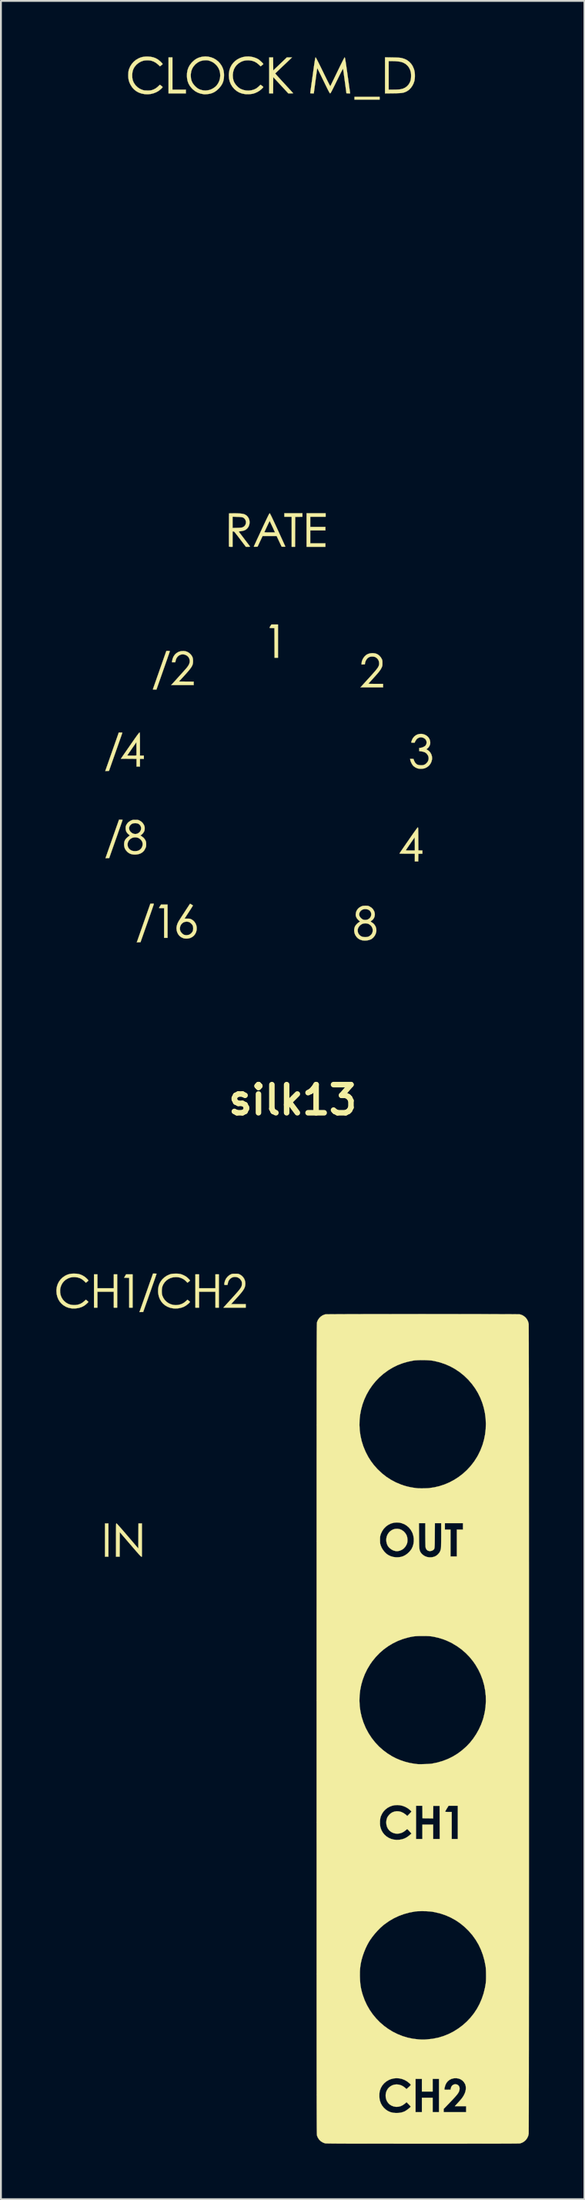
<source format=kicad_pcb>
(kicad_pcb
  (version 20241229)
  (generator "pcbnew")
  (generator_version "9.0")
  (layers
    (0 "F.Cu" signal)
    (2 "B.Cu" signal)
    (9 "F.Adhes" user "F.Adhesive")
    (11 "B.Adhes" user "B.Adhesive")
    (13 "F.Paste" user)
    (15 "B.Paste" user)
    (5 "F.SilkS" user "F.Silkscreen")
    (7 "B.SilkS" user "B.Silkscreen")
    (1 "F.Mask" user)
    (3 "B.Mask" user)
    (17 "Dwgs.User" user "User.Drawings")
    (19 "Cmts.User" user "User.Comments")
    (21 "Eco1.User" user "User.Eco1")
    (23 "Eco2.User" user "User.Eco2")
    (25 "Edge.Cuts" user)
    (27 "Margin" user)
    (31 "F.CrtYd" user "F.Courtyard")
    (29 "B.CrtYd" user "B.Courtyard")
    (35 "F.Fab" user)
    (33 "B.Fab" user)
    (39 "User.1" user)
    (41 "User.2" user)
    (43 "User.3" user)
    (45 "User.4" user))
  (footprint "silk13"
    (layer "F.Cu")
    (at 12.795 56.486)
    (property "Reference" "silk13" (at 0 0 0) (layer "F.SilkS") (effects (font (size 1.524 1.524) (thickness 0.3))))
    (attr through_hole)
    (fp_poly (pts (xy -9.975 24.715) (xy -10.16 24.715) (xy -10.16 22.914) (xy -9.975 22.914) (xy -9.975 24.715)) (stroke (width 0.01) (type solid)) (fill yes) (layer "F.SilkS"))
    (fp_poly (pts (xy 4.71 -54.146) (xy 3.347 -54.146) (xy 3.347 -54.294) (xy 4.71 -54.294) (xy 4.71 -54.146)) (stroke (width 0.01) (type solid)) (fill yes) (layer "F.SilkS"))
    (fp_poly (pts (xy -6.509 -54.684) (xy -5.781 -54.684) (xy -5.781 -54.482) (xy -6.72 -54.482) (xy -6.72 -56.431) (xy -6.509 -56.431) (xy -6.509 -54.684)) (stroke (width 0.01) (type solid)) (fill yes) (layer "F.SilkS"))
    (fp_poly (pts (xy -8.665 11.235) (xy -8.85 11.235) (xy -8.85 9.623) (xy -8.988 9.62) (xy -9.126 9.616) (xy -9.072 9.525) (xy -9.019 9.434) (xy -8.665 9.434) (xy -8.665 11.235)) (stroke (width 0.01) (type solid)) (fill yes) (layer "F.SilkS"))
    (fp_poly (pts (xy 0.529 -31.569) (xy 0.334 -31.566) (xy 0.139 -31.562) (xy 0.135 -30.752) (xy 0.132 -29.942) (xy -0.053 -29.942) (xy -0.053 -31.569) (xy -0.45 -31.569) (xy -0.45 -31.757) (xy 0.529 -31.757) (xy 0.529 -31.569)) (stroke (width 0.01) (type solid)) (fill yes) (layer "F.SilkS"))
    (fp_poly (pts (xy -10.57 10.187) (xy -9.684 10.187) (xy -9.684 9.434) (xy -9.499 9.434) (xy -9.499 11.235) (xy -9.684 11.235) (xy -9.684 10.375) (xy -10.57 10.375) (xy -10.57 11.235) (xy -10.755 11.235) (xy -10.755 9.434) (xy -10.57 9.434) (xy -10.57 10.187)) (stroke (width 0.01) (type solid)) (fill yes) (layer "F.SilkS"))
    (fp_poly (pts (xy -5.067 10.187) (xy -4.18 10.187) (xy -4.18 9.434) (xy -3.995 9.434) (xy -3.995 11.235) (xy -4.18 11.235) (xy -4.18 10.375) (xy -5.067 10.375) (xy -5.067 11.235) (xy -5.265 11.235) (xy -5.265 9.434) (xy -5.067 9.434) (xy -5.067 10.187)) (stroke (width 0.01) (type solid)) (fill yes) (layer "F.SilkS"))
    (fp_poly (pts (xy 1.786 -31.569) (xy 0.953 -31.569) (xy 0.953 -31.018) (xy 1.773 -31.018) (xy 1.773 -30.829) (xy 0.953 -30.829) (xy 0.953 -30.131) (xy 1.773 -30.131) (xy 1.773 -29.942) (xy 0.754 -29.942) (xy 0.754 -31.757) (xy 1.786 -31.757) (xy 1.786 -31.569)) (stroke (width 0.01) (type solid)) (fill yes) (layer "F.SilkS"))
    (fp_poly (pts (xy -6.773 -8.776) (xy -6.959 -8.776) (xy -6.959 -10.388) (xy -7.097 -10.388) (xy -7.154 -10.389) (xy -7.2 -10.391) (xy -7.229 -10.393) (xy -7.236 -10.396) (xy -7.23 -10.409) (xy -7.212 -10.44) (xy -7.188 -10.481) (xy -7.182 -10.49) (xy -7.128 -10.577) (xy -6.773 -10.577) (xy -6.773 -8.776)) (stroke (width 0.01) (type solid)) (fill yes) (layer "F.SilkS"))
    (fp_poly (pts (xy -0.794 -23.935) (xy -0.979 -23.935) (xy -0.982 -24.738) (xy -0.986 -25.541) (xy -1.122 -25.545) (xy -1.187 -25.547) (xy -1.227 -25.551) (xy -1.246 -25.56) (xy -1.246 -25.579) (xy -1.23 -25.611) (xy -1.199 -25.661) (xy -1.198 -25.662) (xy -1.151 -25.736) (xy -0.794 -25.736) (xy -0.794 -23.935)) (stroke (width 0.01) (type solid)) (fill yes) (layer "F.SilkS"))
    (fp_poly (pts (xy -9.27 -19.889) (xy -9.236 -19.885) (xy -9.221 -19.881) (xy -9.221 -19.88) (xy -9.225 -19.866) (xy -9.238 -19.829) (xy -9.258 -19.77) (xy -9.285 -19.691) (xy -9.319 -19.595) (xy -9.358 -19.483) (xy -9.402 -19.358) (xy -9.45 -19.22) (xy -9.502 -19.072) (xy -9.557 -18.916) (xy -9.583 -18.842) (xy -9.945 -17.814) (xy -10.147 -17.806) (xy -10.102 -17.931) (xy -10.091 -17.964) (xy -10.071 -18.02) (xy -10.044 -18.097) (xy -10.01 -18.193) (xy -9.971 -18.303) (xy -9.927 -18.428) (xy -9.88 -18.564) (xy -9.829 -18.708) (xy -9.776 -18.859) (xy -9.736 -18.973) (xy -9.414 -19.89) (xy -9.317 -19.89) (xy -9.27 -19.889)) (stroke (width 0.01) (type solid)) (fill yes) (layer "F.SilkS"))
    (fp_poly (pts (xy -9.258 -15.172) (xy -9.223 -15.168) (xy -9.208 -15.163) (xy -9.208 -15.163) (xy -9.212 -15.149) (xy -9.225 -15.111) (xy -9.245 -15.053) (xy -9.273 -14.974) (xy -9.306 -14.878) (xy -9.345 -14.766) (xy -9.389 -14.641) (xy -9.438 -14.503) (xy -9.489 -14.355) (xy -9.544 -14.199) (xy -9.571 -14.125) (xy -9.933 -13.096) (xy -10.033 -13.093) (xy -10.134 -13.089) (xy -10.08 -13.24) (xy -10.067 -13.279) (xy -10.045 -13.34) (xy -10.017 -13.422) (xy -9.982 -13.521) (xy -9.942 -13.636) (xy -9.897 -13.763) (xy -9.848 -13.901) (xy -9.797 -14.046) (xy -9.744 -14.197) (xy -9.714 -14.282) (xy -9.401 -15.173) (xy -9.304 -15.173) (xy -9.258 -15.172)) (stroke (width 0.01) (type solid)) (fill yes) (layer "F.SilkS"))
    (fp_poly (pts (xy -7.527 -10.625) (xy -7.515 -10.617) (xy -7.514 -10.614) (xy -7.519 -10.599) (xy -7.531 -10.561) (xy -7.551 -10.501) (xy -7.579 -10.421) (xy -7.612 -10.324) (xy -7.651 -10.212) (xy -7.695 -10.085) (xy -7.744 -9.947) (xy -7.796 -9.798) (xy -7.85 -9.642) (xy -7.876 -9.569) (xy -8.238 -8.541) (xy -8.339 -8.537) (xy -8.44 -8.533) (xy -8.386 -8.684) (xy -8.373 -8.723) (xy -8.351 -8.784) (xy -8.323 -8.866) (xy -8.288 -8.965) (xy -8.248 -9.08) (xy -8.203 -9.207) (xy -8.154 -9.345) (xy -8.103 -9.49) (xy -8.05 -9.641) (xy -8.019 -9.73) (xy -7.705 -10.624) (xy -7.609 -10.628) (xy -7.557 -10.628) (xy -7.527 -10.625)) (stroke (width 0.01) (type solid)) (fill yes) (layer "F.SilkS"))
    (fp_poly (pts (xy -7.418 9.395) (xy -7.384 9.399) (xy -7.369 9.403) (xy -7.369 9.404) (xy -7.373 9.418) (xy -7.386 9.455) (xy -7.406 9.514) (xy -7.433 9.593) (xy -7.466 9.689) (xy -7.505 9.8) (xy -7.549 9.926) (xy -7.598 10.064) (xy -7.65 10.212) (xy -7.704 10.368) (xy -7.731 10.442) (xy -8.093 11.47) (xy -8.194 11.474) (xy -8.295 11.478) (xy -8.25 11.353) (xy -8.238 11.32) (xy -8.219 11.264) (xy -8.192 11.187) (xy -8.158 11.091) (xy -8.119 10.98) (xy -8.075 10.856) (xy -8.028 10.72) (xy -7.977 10.576) (xy -7.924 10.425) (xy -7.884 10.311) (xy -7.561 9.394) (xy -7.465 9.394) (xy -7.418 9.395)) (stroke (width 0.01) (type solid)) (fill yes) (layer "F.SilkS"))
    (fp_poly (pts (xy 5.794 23.224) (xy 5.903 23.269) (xy 6.003 23.338) (xy 6.031 23.363) (xy 6.112 23.457) (xy 6.17 23.558) (xy 6.204 23.669) (xy 6.216 23.793) (xy 6.215 23.849) (xy 6.21 23.916) (xy 6.202 23.967) (xy 6.187 24.014) (xy 6.164 24.068) (xy 6.162 24.073) (xy 6.098 24.18) (xy 6.016 24.27) (xy 5.918 24.34) (xy 5.809 24.388) (xy 5.733 24.406) (xy 5.687 24.413) (xy 5.653 24.416) (xy 5.622 24.415) (xy 5.582 24.41) (xy 5.545 24.404) (xy 5.452 24.377) (xy 5.359 24.33) (xy 5.272 24.267) (xy 5.197 24.194) (xy 5.143 24.115) (xy 5.138 24.107) (xy 5.092 23.988) (xy 5.07 23.869) (xy 5.07 23.751) (xy 5.09 23.637) (xy 5.131 23.53) (xy 5.189 23.434) (xy 5.265 23.35) (xy 5.356 23.283) (xy 5.461 23.234) (xy 5.556 23.21) (xy 5.677 23.204) (xy 5.794 23.224)) (stroke (width 0.01) (type solid)) (fill yes) (layer "F.SilkS"))
    (fp_poly (pts (xy -8.162 24.715) (xy -8.192 24.714) (xy -8.203 24.709) (xy -8.222 24.693) (xy -8.25 24.666) (xy -8.288 24.626) (xy -8.338 24.571) (xy -8.399 24.502) (xy -8.474 24.417) (xy -8.563 24.314) (xy -8.667 24.193) (xy -8.788 24.053) (xy -8.791 24.05) (xy -9.36 23.386) (xy -9.363 24.05) (xy -9.366 24.715) (xy -9.565 24.715) (xy -9.565 23.814) (xy -9.565 23.637) (xy -9.565 23.484) (xy -9.564 23.355) (xy -9.564 23.246) (xy -9.563 23.157) (xy -9.562 23.086) (xy -9.561 23.03) (xy -9.559 22.987) (xy -9.557 22.957) (xy -9.555 22.936) (xy -9.552 22.923) (xy -9.548 22.917) (xy -9.543 22.914) (xy -9.54 22.914) (xy -9.526 22.924) (xy -9.495 22.954) (xy -9.448 23.005) (xy -9.386 23.074) (xy -9.307 23.163) (xy -9.214 23.27) (xy -9.106 23.395) (xy -8.983 23.538) (xy -8.935 23.594) (xy -8.354 24.274) (xy -8.351 23.594) (xy -8.347 22.914) (xy -8.162 22.914) (xy -8.162 24.715)) (stroke (width 0.01) (type solid)) (fill yes) (layer "F.SilkS"))
    (fp_poly (pts (xy -6.772 -24.31) (xy -6.742 -24.309) (xy -6.692 -24.305) (xy -6.663 -24.3) (xy -6.652 -24.292) (xy -6.651 -24.285) (xy -6.656 -24.269) (xy -6.67 -24.23) (xy -6.69 -24.17) (xy -6.718 -24.09) (xy -6.752 -23.993) (xy -6.791 -23.879) (xy -6.835 -23.753) (xy -6.884 -23.614) (xy -6.936 -23.466) (xy -6.991 -23.309) (xy -7.015 -23.24) (xy -7.375 -22.215) (xy -7.473 -22.215) (xy -7.523 -22.216) (xy -7.551 -22.219) (xy -7.564 -22.225) (xy -7.564 -22.236) (xy -7.564 -22.238) (xy -7.559 -22.255) (xy -7.545 -22.294) (xy -7.524 -22.355) (xy -7.496 -22.435) (xy -7.462 -22.532) (xy -7.422 -22.645) (xy -7.378 -22.772) (xy -7.33 -22.91) (xy -7.278 -23.057) (xy -7.223 -23.212) (xy -7.21 -23.25) (xy -7.155 -23.406) (xy -7.102 -23.557) (xy -7.052 -23.698) (xy -7.006 -23.828) (xy -6.965 -23.946) (xy -6.929 -24.049) (xy -6.898 -24.135) (xy -6.875 -24.203) (xy -6.858 -24.249) (xy -6.85 -24.273) (xy -6.849 -24.275) (xy -6.842 -24.294) (xy -6.83 -24.305) (xy -6.809 -24.31) (xy -6.772 -24.31)) (stroke (width 0.01) (type solid)) (fill yes) (layer "F.SilkS"))
    (fp_poly (pts (xy -1.055 -56.077) (xy -1.052 -55.723) (xy -0.681 -56.077) (xy -0.311 -56.431) (xy -0.034 -56.431) (xy -0.08 -56.386) (xy -0.099 -56.367) (xy -0.136 -56.332) (xy -0.187 -56.283) (xy -0.251 -56.222) (xy -0.324 -56.152) (xy -0.406 -56.075) (xy -0.493 -55.992) (xy -0.532 -55.956) (xy -0.618 -55.873) (xy -0.699 -55.797) (xy -0.772 -55.727) (xy -0.834 -55.668) (xy -0.885 -55.619) (xy -0.921 -55.584) (xy -0.94 -55.564) (xy -0.944 -55.561) (xy -0.936 -55.55) (xy -0.912 -55.52) (xy -0.873 -55.475) (xy -0.82 -55.416) (xy -0.756 -55.345) (xy -0.682 -55.264) (xy -0.6 -55.173) (xy -0.51 -55.076) (xy -0.462 -55.024) (xy -0.369 -54.924) (xy -0.283 -54.83) (xy -0.204 -54.744) (xy -0.133 -54.667) (xy -0.074 -54.602) (xy -0.027 -54.55) (xy 0.006 -54.513) (xy 0.024 -54.493) (xy 0.026 -54.489) (xy 0.014 -54.486) (xy -0.019 -54.484) (xy -0.067 -54.483) (xy -0.104 -54.482) (xy -0.235 -54.482) (xy -0.643 -54.923) (xy -1.052 -55.364) (xy -1.055 -54.923) (xy -1.059 -54.482) (xy -1.27 -54.482) (xy -1.27 -56.431) (xy -1.059 -56.431) (xy -1.055 -56.077)) (stroke (width 0.01) (type solid)) (fill yes) (layer "F.SilkS"))
    (fp_poly (pts (xy -8.288 -19.889) (xy -8.283 -19.885) (xy -8.279 -19.876) (xy -8.276 -19.86) (xy -8.273 -19.834) (xy -8.271 -19.795) (xy -8.27 -19.742) (xy -8.269 -19.673) (xy -8.269 -19.584) (xy -8.268 -19.475) (xy -8.268 -19.342) (xy -8.268 -19.265) (xy -8.268 -18.64) (xy -8.057 -18.64) (xy -8.057 -18.465) (xy -8.268 -18.465) (xy -8.268 -18.049) (xy -8.453 -18.049) (xy -8.453 -18.465) (xy -8.877 -18.469) (xy -9.301 -18.472) (xy -9.177 -18.651) (xy -8.954 -18.651) (xy -8.943 -18.648) (xy -8.909 -18.645) (xy -8.857 -18.642) (xy -8.791 -18.641) (xy -8.714 -18.64) (xy -8.712 -18.64) (xy -8.62 -18.641) (xy -8.551 -18.642) (xy -8.504 -18.645) (xy -8.475 -18.649) (xy -8.461 -18.655) (xy -8.459 -18.657) (xy -8.458 -18.675) (xy -8.457 -18.715) (xy -8.456 -18.775) (xy -8.456 -18.851) (xy -8.456 -18.938) (xy -8.457 -19.021) (xy -8.46 -19.367) (xy -8.705 -19.015) (xy -8.764 -18.929) (xy -8.819 -18.85) (xy -8.867 -18.78) (xy -8.906 -18.723) (xy -8.935 -18.681) (xy -8.951 -18.656) (xy -8.954 -18.651) (xy -9.177 -18.651) (xy -8.81 -19.181) (xy -8.704 -19.335) (xy -8.611 -19.468) (xy -8.532 -19.58) (xy -8.465 -19.674) (xy -8.411 -19.749) (xy -8.367 -19.807) (xy -8.335 -19.849) (xy -8.311 -19.876) (xy -8.297 -19.889) (xy -8.294 -19.89) (xy -8.288 -19.889)) (stroke (width 0.01) (type solid)) (fill yes) (layer "F.SilkS"))
    (fp_poly (pts (xy -5.781 -24.285) (xy -5.673 -24.241) (xy -5.576 -24.173) (xy -5.527 -24.125) (xy -5.467 -24.051) (xy -5.427 -23.978) (xy -5.403 -23.898) (xy -5.393 -23.804) (xy -5.393 -23.76) (xy -5.394 -23.701) (xy -5.399 -23.647) (xy -5.409 -23.595) (xy -5.426 -23.542) (xy -5.451 -23.488) (xy -5.484 -23.43) (xy -5.529 -23.365) (xy -5.585 -23.292) (xy -5.654 -23.208) (xy -5.738 -23.112) (xy -5.838 -23.001) (xy -5.954 -22.873) (xy -6.158 -22.652) (xy -5.758 -22.648) (xy -5.358 -22.645) (xy -5.358 -22.457) (xy -6.58 -22.457) (xy -6.54 -22.501) (xy -6.489 -22.555) (xy -6.428 -22.622) (xy -6.358 -22.698) (xy -6.283 -22.781) (xy -6.205 -22.868) (xy -6.125 -22.956) (xy -6.047 -23.043) (xy -5.972 -23.126) (xy -5.904 -23.202) (xy -5.844 -23.269) (xy -5.795 -23.324) (xy -5.759 -23.365) (xy -5.74 -23.388) (xy -5.666 -23.486) (xy -5.614 -23.575) (xy -5.583 -23.659) (xy -5.572 -23.742) (xy -5.574 -23.797) (xy -5.595 -23.887) (xy -5.636 -23.964) (xy -5.694 -24.027) (xy -5.765 -24.075) (xy -5.845 -24.107) (xy -5.93 -24.121) (xy -6.017 -24.116) (xy -6.101 -24.09) (xy -6.18 -24.043) (xy -6.206 -24.02) (xy -6.267 -23.949) (xy -6.31 -23.869) (xy -6.338 -23.773) (xy -6.339 -23.77) (xy -6.354 -23.693) (xy -6.535 -23.693) (xy -6.527 -23.757) (xy -6.498 -23.888) (xy -6.449 -24.004) (xy -6.381 -24.103) (xy -6.296 -24.185) (xy -6.195 -24.247) (xy -6.08 -24.287) (xy -6.024 -24.297) (xy -5.898 -24.303) (xy -5.781 -24.285)) (stroke (width 0.01) (type solid)) (fill yes) (layer "F.SilkS"))
    (fp_poly (pts (xy 5.394 -56.427) (xy 5.515 -56.425) (xy 5.613 -56.422) (xy 5.692 -56.419) (xy 5.755 -56.415) (xy 5.808 -56.41) (xy 5.854 -56.404) (xy 5.895 -56.396) (xy 5.911 -56.393) (xy 6.062 -56.347) (xy 6.197 -56.28) (xy 6.315 -56.192) (xy 6.416 -56.085) (xy 6.499 -55.958) (xy 6.562 -55.814) (xy 6.589 -55.725) (xy 6.607 -55.631) (xy 6.617 -55.521) (xy 6.619 -55.405) (xy 6.613 -55.291) (xy 6.599 -55.19) (xy 6.59 -55.15) (xy 6.543 -55.013) (xy 6.478 -54.887) (xy 6.397 -54.774) (xy 6.304 -54.679) (xy 6.201 -54.606) (xy 6.164 -54.586) (xy 6.112 -54.562) (xy 6.064 -54.542) (xy 6.016 -54.527) (xy 5.964 -54.514) (xy 5.906 -54.505) (xy 5.837 -54.498) (xy 5.755 -54.493) (xy 5.656 -54.489) (xy 5.536 -54.487) (xy 5.434 -54.485) (xy 5.001 -54.48) (xy 5.001 -54.684) (xy 5.199 -54.684) (xy 5.454 -54.684) (xy 5.555 -54.685) (xy 5.653 -54.688) (xy 5.74 -54.693) (xy 5.809 -54.7) (xy 5.83 -54.703) (xy 5.966 -54.736) (xy 6.086 -54.79) (xy 6.189 -54.865) (xy 6.276 -54.96) (xy 6.344 -55.074) (xy 6.384 -55.177) (xy 6.399 -55.245) (xy 6.409 -55.33) (xy 6.413 -55.424) (xy 6.411 -55.516) (xy 6.402 -55.599) (xy 6.398 -55.625) (xy 6.357 -55.762) (xy 6.295 -55.883) (xy 6.214 -55.988) (xy 6.115 -56.074) (xy 6 -56.14) (xy 5.881 -56.182) (xy 5.805 -56.198) (xy 5.709 -56.211) (xy 5.599 -56.221) (xy 5.481 -56.227) (xy 5.362 -56.229) (xy 5.361 -56.229) (xy 5.199 -56.229) (xy 5.199 -54.684) (xy 5.001 -54.684) (xy 5.001 -56.434) (xy 5.394 -56.427)) (stroke (width 0.01) (type solid)) (fill yes) (layer "F.SilkS"))
    (fp_poly (pts (xy 6.782 -14.754) (xy 6.786 -14.749) (xy 6.79 -14.737) (xy 6.793 -14.716) (xy 6.796 -14.683) (xy 6.798 -14.638) (xy 6.799 -14.577) (xy 6.8 -14.498) (xy 6.801 -14.399) (xy 6.802 -14.277) (xy 6.803 -14.135) (xy 6.806 -13.513) (xy 6.916 -13.509) (xy 7.025 -13.505) (xy 7.025 -13.333) (xy 6.916 -13.329) (xy 6.806 -13.325) (xy 6.799 -12.915) (xy 6.615 -12.915) (xy 6.615 -13.332) (xy 6.197 -13.332) (xy 6.076 -13.332) (xy 5.975 -13.333) (xy 5.893 -13.335) (xy 5.833 -13.338) (xy 5.796 -13.341) (xy 5.783 -13.344) (xy 5.783 -13.344) (xy 5.792 -13.357) (xy 5.814 -13.39) (xy 5.848 -13.442) (xy 5.894 -13.509) (xy 5.904 -13.523) (xy 6.129 -13.523) (xy 6.132 -13.517) (xy 6.149 -13.512) (xy 6.183 -13.509) (xy 6.236 -13.507) (xy 6.31 -13.506) (xy 6.368 -13.506) (xy 6.615 -13.506) (xy 6.615 -13.865) (xy 6.614 -13.968) (xy 6.613 -14.056) (xy 6.611 -14.127) (xy 6.609 -14.178) (xy 6.605 -14.206) (xy 6.603 -14.211) (xy 6.591 -14.196) (xy 6.567 -14.162) (xy 6.532 -14.113) (xy 6.49 -14.052) (xy 6.441 -13.983) (xy 6.39 -13.908) (xy 6.338 -13.832) (xy 6.286 -13.758) (xy 6.239 -13.688) (xy 6.197 -13.626) (xy 6.163 -13.576) (xy 6.14 -13.541) (xy 6.129 -13.524) (xy 6.129 -13.523) (xy 5.904 -13.523) (xy 5.951 -13.591) (xy 6.015 -13.686) (xy 6.088 -13.791) (xy 6.166 -13.905) (xy 6.25 -14.026) (xy 6.271 -14.056) (xy 6.382 -14.217) (xy 6.481 -14.358) (xy 6.565 -14.478) (xy 6.636 -14.576) (xy 6.692 -14.654) (xy 6.735 -14.71) (xy 6.763 -14.744) (xy 6.776 -14.756) (xy 6.777 -14.756) (xy 6.782 -14.754)) (stroke (width 0.01) (type solid)) (fill yes) (layer "F.SilkS"))
    (fp_poly (pts (xy -3.039 9.401) (xy -2.989 9.403) (xy -2.952 9.407) (xy -2.92 9.415) (xy -2.889 9.428) (xy -2.855 9.445) (xy -2.758 9.507) (xy -2.679 9.588) (xy -2.618 9.684) (xy -2.578 9.791) (xy -2.561 9.906) (xy -2.567 10.022) (xy -2.578 10.077) (xy -2.594 10.13) (xy -2.616 10.185) (xy -2.647 10.243) (xy -2.688 10.306) (xy -2.74 10.376) (xy -2.804 10.457) (xy -2.883 10.549) (xy -2.978 10.656) (xy -3.09 10.779) (xy -3.092 10.782) (xy -3.336 11.047) (xy -2.54 11.047) (xy -2.54 11.235) (xy -3.748 11.235) (xy -3.722 11.205) (xy -3.707 11.188) (xy -3.677 11.154) (xy -3.632 11.106) (xy -3.577 11.044) (xy -3.512 10.973) (xy -3.44 10.894) (xy -3.365 10.812) (xy -3.244 10.679) (xy -3.14 10.563) (xy -3.052 10.464) (xy -2.977 10.379) (xy -2.916 10.306) (xy -2.867 10.244) (xy -2.828 10.19) (xy -2.799 10.144) (xy -2.778 10.103) (xy -2.763 10.066) (xy -2.754 10.03) (xy -2.749 9.994) (xy -2.747 9.957) (xy -2.747 9.941) (xy -2.748 9.884) (xy -2.754 9.842) (xy -2.769 9.804) (xy -2.786 9.77) (xy -2.844 9.691) (xy -2.915 9.632) (xy -2.995 9.593) (xy -3.082 9.574) (xy -3.17 9.575) (xy -3.256 9.595) (xy -3.335 9.636) (xy -3.405 9.695) (xy -3.461 9.775) (xy -3.466 9.784) (xy -3.484 9.828) (xy -3.501 9.884) (xy -3.51 9.922) (xy -3.527 10.005) (xy -3.609 10.009) (xy -3.658 10.01) (xy -3.687 10.003) (xy -3.701 9.984) (xy -3.701 9.948) (xy -3.692 9.89) (xy -3.692 9.887) (xy -3.657 9.767) (xy -3.601 9.657) (xy -3.525 9.562) (xy -3.434 9.484) (xy -3.364 9.444) (xy -3.325 9.426) (xy -3.293 9.414) (xy -3.26 9.406) (xy -3.221 9.402) (xy -3.167 9.401) (xy -3.109 9.401) (xy -3.039 9.401)) (stroke (width 0.01) (type solid)) (fill yes) (layer "F.SilkS"))
    (fp_poly (pts (xy -11.7 9.4) (xy -11.583 9.417) (xy -11.476 9.449) (xy -11.373 9.496) (xy -11.284 9.549) (xy -11.242 9.579) (xy -11.196 9.618) (xy -11.15 9.66) (xy -11.109 9.701) (xy -11.078 9.736) (xy -11.061 9.761) (xy -11.06 9.768) (xy -11.069 9.782) (xy -11.095 9.806) (xy -11.128 9.834) (xy -11.196 9.888) (xy -11.278 9.805) (xy -11.386 9.714) (xy -11.506 9.646) (xy -11.638 9.603) (xy -11.781 9.583) (xy -11.823 9.582) (xy -11.931 9.587) (xy -12.025 9.604) (xy -12.117 9.635) (xy -12.164 9.655) (xy -12.286 9.726) (xy -12.389 9.816) (xy -12.473 9.923) (xy -12.535 10.043) (xy -12.576 10.177) (xy -12.59 10.278) (xy -12.588 10.423) (xy -12.562 10.56) (xy -12.511 10.689) (xy -12.437 10.806) (xy -12.373 10.879) (xy -12.265 10.969) (xy -12.146 11.036) (xy -12.014 11.079) (xy -11.87 11.097) (xy -11.774 11.097) (xy -11.635 11.078) (xy -11.509 11.038) (xy -11.392 10.974) (xy -11.28 10.885) (xy -11.273 10.879) (xy -11.195 10.805) (xy -11.127 10.86) (xy -11.093 10.889) (xy -11.068 10.913) (xy -11.06 10.924) (xy -11.069 10.941) (xy -11.095 10.969) (xy -11.132 11.005) (xy -11.175 11.044) (xy -11.219 11.082) (xy -11.261 11.114) (xy -11.284 11.131) (xy -11.422 11.202) (xy -11.572 11.251) (xy -11.731 11.278) (xy -11.895 11.282) (xy -11.982 11.275) (xy -12.136 11.243) (xy -12.277 11.189) (xy -12.404 11.113) (xy -12.516 11.019) (xy -12.611 10.909) (xy -12.687 10.783) (xy -12.743 10.643) (xy -12.778 10.493) (xy -12.79 10.333) (xy -12.788 10.26) (xy -12.766 10.105) (xy -12.719 9.959) (xy -12.65 9.825) (xy -12.559 9.704) (xy -12.45 9.599) (xy -12.323 9.513) (xy -12.303 9.502) (xy -12.198 9.453) (xy -12.094 9.42) (xy -11.984 9.401) (xy -11.859 9.394) (xy -11.835 9.394) (xy -11.7 9.4)) (stroke (width 0.01) (type solid)) (fill yes) (layer "F.SilkS"))
    (fp_poly (pts (xy -6.16 9.403) (xy -6.072 9.419) (xy -5.987 9.446) (xy -5.898 9.485) (xy -5.875 9.496) (xy -5.797 9.539) (xy -5.733 9.584) (xy -5.669 9.64) (xy -5.654 9.656) (xy -5.613 9.697) (xy -5.581 9.733) (xy -5.561 9.758) (xy -5.556 9.767) (xy -5.566 9.781) (xy -5.592 9.806) (xy -5.626 9.834) (xy -5.696 9.888) (xy -5.781 9.801) (xy -5.854 9.735) (xy -5.931 9.684) (xy -5.972 9.663) (xy -6.062 9.624) (xy -6.146 9.599) (xy -6.233 9.586) (xy -6.332 9.582) (xy -6.473 9.595) (xy -6.605 9.631) (xy -6.727 9.689) (xy -6.836 9.767) (xy -6.929 9.863) (xy -7.004 9.976) (xy -7.053 10.089) (xy -7.071 10.164) (xy -7.082 10.254) (xy -7.086 10.351) (xy -7.082 10.446) (xy -7.071 10.531) (xy -7.059 10.577) (xy -7.003 10.705) (xy -6.927 10.818) (xy -6.834 10.914) (xy -6.726 10.991) (xy -6.606 11.049) (xy -6.477 11.086) (xy -6.341 11.101) (xy -6.201 11.091) (xy -6.12 11.074) (xy -5.999 11.033) (xy -5.891 10.974) (xy -5.788 10.894) (xy -5.78 10.886) (xy -5.694 10.807) (xy -5.625 10.861) (xy -5.59 10.889) (xy -5.565 10.913) (xy -5.556 10.925) (xy -5.565 10.939) (xy -5.59 10.966) (xy -5.625 11.001) (xy -5.646 11.022) (xy -5.762 11.115) (xy -5.893 11.189) (xy -6.038 11.242) (xy -6.191 11.274) (xy -6.351 11.283) (xy -6.476 11.275) (xy -6.633 11.243) (xy -6.776 11.188) (xy -6.904 11.113) (xy -7.017 11.018) (xy -7.112 10.906) (xy -7.188 10.777) (xy -7.244 10.635) (xy -7.277 10.48) (xy -7.286 10.388) (xy -7.283 10.223) (xy -7.257 10.071) (xy -7.207 9.931) (xy -7.133 9.802) (xy -7.051 9.699) (xy -6.932 9.588) (xy -6.8 9.501) (xy -6.661 9.44) (xy -6.611 9.423) (xy -6.564 9.412) (xy -6.514 9.405) (xy -6.452 9.4) (xy -6.376 9.397) (xy -6.259 9.396) (xy -6.16 9.403)) (stroke (width 0.01) (type solid)) (fill yes) (layer "F.SilkS"))
    (fp_poly (pts (xy -1.24 -31.752) (xy -1.231 -31.742) (xy -1.219 -31.723) (xy -1.203 -31.694) (xy -1.181 -31.653) (xy -1.154 -31.599) (xy -1.12 -31.53) (xy -1.08 -31.444) (xy -1.031 -31.34) (xy -0.974 -31.217) (xy -0.907 -31.073) (xy -0.83 -30.906) (xy -0.809 -30.86) (xy -0.742 -30.715) (xy -0.679 -30.576) (xy -0.62 -30.446) (xy -0.565 -30.327) (xy -0.517 -30.221) (xy -0.476 -30.13) (xy -0.442 -30.056) (xy -0.417 -30) (xy -0.402 -29.965) (xy -0.397 -29.952) (xy -0.409 -29.947) (xy -0.441 -29.945) (xy -0.487 -29.945) (xy -0.496 -29.945) (xy -0.595 -29.949) (xy -0.732 -30.238) (xy -0.868 -30.527) (xy -1.628 -30.527) (xy -1.764 -30.238) (xy -1.899 -29.949) (xy -2.002 -29.945) (xy -2.054 -29.944) (xy -2.084 -29.945) (xy -2.098 -29.95) (xy -2.1 -29.96) (xy -2.098 -29.965) (xy -2.091 -29.981) (xy -2.074 -30.019) (xy -2.047 -30.078) (xy -2.012 -30.155) (xy -1.969 -30.248) (xy -1.92 -30.356) (xy -1.864 -30.476) (xy -1.803 -30.606) (xy -1.742 -30.739) (xy -1.531 -30.739) (xy -1.527 -30.733) (xy -1.511 -30.729) (xy -1.479 -30.726) (xy -1.428 -30.723) (xy -1.356 -30.722) (xy -1.261 -30.722) (xy -1.246 -30.722) (xy -0.954 -30.722) (xy -1.012 -30.846) (xy -1.076 -30.986) (xy -1.131 -31.103) (xy -1.175 -31.197) (xy -1.209 -31.267) (xy -1.233 -31.314) (xy -1.246 -31.337) (xy -1.249 -31.339) (xy -1.255 -31.326) (xy -1.271 -31.293) (xy -1.294 -31.244) (xy -1.324 -31.182) (xy -1.356 -31.113) (xy -1.391 -31.039) (xy -1.426 -30.965) (xy -1.458 -30.895) (xy -1.487 -30.834) (xy -1.51 -30.784) (xy -1.525 -30.75) (xy -1.531 -30.739) (xy -1.742 -30.739) (xy -1.739 -30.745) (xy -1.681 -30.87) (xy -1.598 -31.048) (xy -1.525 -31.203) (xy -1.463 -31.335) (xy -1.409 -31.448) (xy -1.365 -31.54) (xy -1.328 -31.614) (xy -1.299 -31.671) (xy -1.276 -31.713) (xy -1.26 -31.739) (xy -1.25 -31.752) (xy -1.247 -31.754) (xy -1.24 -31.752)) (stroke (width 0.01) (type solid)) (fill yes) (layer "F.SilkS"))
    (fp_poly (pts (xy 4.452 -24.176) (xy 4.541 -24.15) (xy 4.623 -24.107) (xy 4.701 -24.043) (xy 4.769 -23.966) (xy 4.818 -23.884) (xy 4.838 -23.843) (xy 4.85 -23.809) (xy 4.857 -23.774) (xy 4.861 -23.731) (xy 4.862 -23.671) (xy 4.862 -23.646) (xy 4.861 -23.58) (xy 4.859 -23.532) (xy 4.853 -23.495) (xy 4.842 -23.46) (xy 4.824 -23.419) (xy 4.814 -23.398) (xy 4.788 -23.347) (xy 4.756 -23.293) (xy 4.714 -23.234) (xy 4.663 -23.167) (xy 4.599 -23.089) (xy 4.521 -23) (xy 4.427 -22.895) (xy 4.342 -22.802) (xy 4.278 -22.732) (xy 4.221 -22.668) (xy 4.172 -22.614) (xy 4.134 -22.571) (xy 4.11 -22.543) (xy 4.101 -22.532) (xy 4.114 -22.53) (xy 4.15 -22.528) (xy 4.206 -22.526) (xy 4.278 -22.525) (xy 4.364 -22.524) (xy 4.461 -22.524) (xy 4.498 -22.524) (xy 4.895 -22.524) (xy 4.895 -22.336) (xy 3.673 -22.336) (xy 3.7 -22.366) (xy 3.715 -22.382) (xy 3.746 -22.416) (xy 3.79 -22.465) (xy 3.846 -22.527) (xy 3.912 -22.599) (xy 3.986 -22.68) (xy 4.065 -22.767) (xy 4.095 -22.8) (xy 4.213 -22.93) (xy 4.315 -23.043) (xy 4.4 -23.14) (xy 4.472 -23.223) (xy 4.53 -23.294) (xy 4.577 -23.354) (xy 4.613 -23.407) (xy 4.64 -23.453) (xy 4.659 -23.494) (xy 4.672 -23.533) (xy 4.679 -23.571) (xy 4.682 -23.609) (xy 4.683 -23.643) (xy 4.67 -23.74) (xy 4.634 -23.827) (xy 4.576 -23.901) (xy 4.498 -23.96) (xy 4.461 -23.979) (xy 4.404 -23.994) (xy 4.334 -24.001) (xy 4.258 -23.999) (xy 4.188 -23.988) (xy 4.138 -23.971) (xy 4.065 -23.92) (xy 4.002 -23.849) (xy 3.953 -23.764) (xy 3.923 -23.67) (xy 3.918 -23.642) (xy 3.909 -23.579) (xy 3.82 -23.575) (xy 3.731 -23.571) (xy 3.731 -23.622) (xy 3.743 -23.724) (xy 3.778 -23.827) (xy 3.832 -23.926) (xy 3.902 -24.015) (xy 3.983 -24.088) (xy 4.022 -24.114) (xy 4.118 -24.156) (xy 4.226 -24.181) (xy 4.34 -24.188) (xy 4.452 -24.176)) (stroke (width 0.01) (type solid)) (fill yes) (layer "F.SilkS"))
    (fp_poly (pts (xy -2.289 -56.472) (xy -2.166 -56.45) (xy -2.043 -56.414) (xy -1.93 -56.368) (xy -1.869 -56.335) (xy -1.832 -56.31) (xy -1.788 -56.275) (xy -1.739 -56.233) (xy -1.691 -56.189) (xy -1.647 -56.146) (xy -1.613 -56.11) (xy -1.592 -56.083) (xy -1.587 -56.073) (xy -1.597 -56.058) (xy -1.623 -56.033) (xy -1.66 -56.003) (xy -1.661 -56.002) (xy -1.734 -55.945) (xy -1.831 -56.039) (xy -1.944 -56.132) (xy -2.065 -56.201) (xy -2.195 -56.246) (xy -2.339 -56.268) (xy -2.415 -56.271) (xy -2.543 -56.265) (xy -2.656 -56.243) (xy -2.763 -56.204) (xy -2.798 -56.187) (xy -2.925 -56.109) (xy -3.031 -56.014) (xy -3.117 -55.904) (xy -3.181 -55.78) (xy -3.222 -55.641) (xy -3.24 -55.491) (xy -3.241 -55.45) (xy -3.232 -55.309) (xy -3.205 -55.184) (xy -3.158 -55.071) (xy -3.088 -54.964) (xy -3.011 -54.877) (xy -2.948 -54.817) (xy -2.893 -54.773) (xy -2.838 -54.738) (xy -2.805 -54.72) (xy -2.67 -54.669) (xy -2.528 -54.64) (xy -2.383 -54.633) (xy -2.24 -54.649) (xy -2.103 -54.686) (xy -1.986 -54.741) (xy -1.942 -54.77) (xy -1.889 -54.811) (xy -1.838 -54.856) (xy -1.827 -54.866) (xy -1.739 -54.95) (xy -1.664 -54.894) (xy -1.626 -54.865) (xy -1.599 -54.839) (xy -1.588 -54.823) (xy -1.588 -54.823) (xy -1.597 -54.808) (xy -1.621 -54.779) (xy -1.658 -54.742) (xy -1.689 -54.711) (xy -1.785 -54.633) (xy -1.897 -54.563) (xy -2.016 -54.507) (xy -2.132 -54.468) (xy -2.15 -54.464) (xy -2.255 -54.447) (xy -2.371 -54.437) (xy -2.486 -54.436) (xy -2.58 -54.443) (xy -2.74 -54.474) (xy -2.886 -54.527) (xy -3.019 -54.603) (xy -3.141 -54.703) (xy -3.163 -54.724) (xy -3.269 -54.849) (xy -3.351 -54.985) (xy -3.41 -55.133) (xy -3.445 -55.293) (xy -3.456 -55.465) (xy -3.45 -55.58) (xy -3.424 -55.735) (xy -3.376 -55.88) (xy -3.306 -56.013) (xy -3.217 -56.132) (xy -3.111 -56.237) (xy -2.989 -56.324) (xy -2.855 -56.394) (xy -2.71 -56.444) (xy -2.555 -56.474) (xy -2.393 -56.48) (xy -2.289 -56.472)) (stroke (width 0.01) (type solid)) (fill yes) (layer "F.SilkS"))
    (fp_poly (pts (xy -4.578 -56.47) (xy -4.425 -56.436) (xy -4.279 -56.38) (xy -4.144 -56.301) (xy -4.022 -56.203) (xy -3.928 -56.099) (xy -3.842 -55.973) (xy -3.779 -55.843) (xy -3.738 -55.705) (xy -3.718 -55.553) (xy -3.715 -55.457) (xy -3.724 -55.298) (xy -3.751 -55.156) (xy -3.798 -55.027) (xy -3.868 -54.905) (xy -3.961 -54.787) (xy -4.008 -54.737) (xy -4.116 -54.638) (xy -4.224 -54.562) (xy -4.337 -54.506) (xy -4.448 -54.47) (xy -4.517 -54.456) (xy -4.598 -54.444) (xy -4.681 -54.437) (xy -4.758 -54.434) (xy -4.815 -54.437) (xy -4.983 -54.469) (xy -5.137 -54.523) (xy -5.276 -54.599) (xy -5.402 -54.698) (xy -5.472 -54.769) (xy -5.567 -54.889) (xy -5.638 -55.013) (xy -5.687 -55.147) (xy -5.716 -55.293) (xy -5.724 -55.403) (xy -5.723 -55.45) (xy -5.517 -55.45) (xy -5.507 -55.308) (xy -5.479 -55.181) (xy -5.429 -55.066) (xy -5.357 -54.958) (xy -5.292 -54.884) (xy -5.216 -54.812) (xy -5.145 -54.757) (xy -5.073 -54.715) (xy -4.994 -54.683) (xy -4.854 -54.647) (xy -4.711 -54.637) (xy -4.565 -54.654) (xy -4.469 -54.679) (xy -4.371 -54.72) (xy -4.273 -54.777) (xy -4.183 -54.844) (xy -4.111 -54.917) (xy -4.106 -54.923) (xy -4.027 -55.042) (xy -3.969 -55.171) (xy -3.933 -55.306) (xy -3.92 -55.444) (xy -3.929 -55.581) (xy -3.959 -55.715) (xy -4.012 -55.841) (xy -4.087 -55.957) (xy -4.127 -56.004) (xy -4.221 -56.095) (xy -4.319 -56.165) (xy -4.43 -56.219) (xy -4.471 -56.234) (xy -4.532 -56.254) (xy -4.584 -56.267) (xy -4.639 -56.273) (xy -4.707 -56.275) (xy -4.716 -56.275) (xy -4.861 -56.263) (xy -4.995 -56.228) (xy -5.118 -56.168) (xy -5.234 -56.083) (xy -5.286 -56.034) (xy -5.378 -55.924) (xy -5.447 -55.803) (xy -5.492 -55.671) (xy -5.514 -55.525) (xy -5.517 -55.45) (xy -5.723 -55.45) (xy -5.721 -55.572) (xy -5.695 -55.727) (xy -5.647 -55.87) (xy -5.576 -56.003) (xy -5.48 -56.13) (xy -5.431 -56.182) (xy -5.32 -56.283) (xy -5.206 -56.359) (xy -5.084 -56.416) (xy -4.946 -56.455) (xy -4.894 -56.466) (xy -4.736 -56.481) (xy -4.578 -56.47)) (stroke (width 0.01) (type solid)) (fill yes) (layer "F.SilkS"))
    (fp_poly (pts (xy -5.544 -10.617) (xy -5.515 -10.604) (xy -5.478 -10.582) (xy -5.44 -10.558) (xy -5.407 -10.534) (xy -5.399 -10.528) (xy -5.405 -10.516) (xy -5.424 -10.485) (xy -5.454 -10.437) (xy -5.494 -10.374) (xy -5.541 -10.3) (xy -5.595 -10.217) (xy -5.625 -10.171) (xy -5.855 -9.817) (xy -5.709 -9.817) (xy -5.642 -9.817) (xy -5.593 -9.814) (xy -5.556 -9.808) (xy -5.522 -9.797) (xy -5.488 -9.781) (xy -5.393 -9.722) (xy -5.315 -9.644) (xy -5.254 -9.55) (xy -5.213 -9.445) (xy -5.194 -9.332) (xy -5.197 -9.214) (xy -5.198 -9.209) (xy -5.228 -9.089) (xy -5.279 -8.984) (xy -5.349 -8.895) (xy -5.436 -8.824) (xy -5.538 -8.773) (xy -5.653 -8.743) (xy -5.753 -8.736) (xy -5.826 -8.74) (xy -5.893 -8.752) (xy -5.92 -8.76) (xy -6.028 -8.808) (xy -6.116 -8.873) (xy -6.186 -8.955) (xy -6.238 -9.048) (xy -6.277 -9.166) (xy -6.29 -9.288) (xy -6.287 -9.319) (xy -6.104 -9.319) (xy -6.102 -9.227) (xy -6.081 -9.149) (xy -6.053 -9.099) (xy -6.01 -9.045) (xy -5.959 -8.995) (xy -5.907 -8.957) (xy -5.872 -8.941) (xy -5.798 -8.926) (xy -5.715 -8.926) (xy -5.637 -8.938) (xy -5.589 -8.955) (xy -5.529 -8.993) (xy -5.472 -9.046) (xy -5.427 -9.105) (xy -5.4 -9.163) (xy -5.388 -9.229) (xy -5.385 -9.303) (xy -5.391 -9.375) (xy -5.406 -9.434) (xy -5.409 -9.441) (xy -5.44 -9.491) (xy -5.486 -9.543) (xy -5.54 -9.591) (xy -5.593 -9.626) (xy -5.617 -9.637) (xy -5.66 -9.647) (xy -5.715 -9.654) (xy -5.748 -9.655) (xy -5.84 -9.643) (xy -5.922 -9.608) (xy -5.992 -9.555) (xy -6.047 -9.487) (xy -6.085 -9.407) (xy -6.104 -9.319) (xy -6.287 -9.319) (xy -6.277 -9.414) (xy -6.239 -9.542) (xy -6.181 -9.661) (xy -6.168 -9.683) (xy -6.142 -9.724) (xy -6.106 -9.78) (xy -6.062 -9.849) (xy -6.011 -9.928) (xy -5.956 -10.014) (xy -5.897 -10.103) (xy -5.838 -10.194) (xy -5.78 -10.284) (xy -5.725 -10.368) (xy -5.674 -10.445) (xy -5.63 -10.512) (xy -5.595 -10.565) (xy -5.571 -10.602) (xy -5.558 -10.619) (xy -5.557 -10.62) (xy -5.544 -10.617)) (stroke (width 0.01) (type solid)) (fill yes) (layer "F.SilkS"))
    (fp_poly (pts (xy -2.944 -31.75) (xy -2.826 -31.742) (xy -2.726 -31.73) (xy -2.649 -31.714) (xy -2.618 -31.704) (xy -2.565 -31.678) (xy -2.512 -31.645) (xy -2.488 -31.627) (xy -2.419 -31.55) (xy -2.37 -31.463) (xy -2.341 -31.368) (xy -2.331 -31.269) (xy -2.341 -31.171) (xy -2.368 -31.077) (xy -2.414 -30.991) (xy -2.476 -30.917) (xy -2.555 -30.858) (xy -2.613 -30.831) (xy -2.66 -30.816) (xy -2.723 -30.802) (xy -2.788 -30.79) (xy -2.804 -30.788) (xy -2.924 -30.772) (xy -2.888 -30.723) (xy -2.871 -30.701) (xy -2.841 -30.66) (xy -2.798 -30.604) (xy -2.746 -30.536) (xy -2.687 -30.458) (xy -2.623 -30.374) (xy -2.586 -30.325) (xy -2.522 -30.241) (xy -2.462 -30.162) (xy -2.41 -30.093) (xy -2.367 -30.036) (xy -2.334 -29.992) (xy -2.315 -29.966) (xy -2.31 -29.959) (xy -2.311 -29.951) (xy -2.329 -29.946) (xy -2.366 -29.943) (xy -2.417 -29.943) (xy -2.533 -29.944) (xy -2.849 -30.36) (xy -2.929 -30.465) (xy -2.995 -30.551) (xy -3.048 -30.619) (xy -3.089 -30.672) (xy -3.122 -30.711) (xy -3.147 -30.739) (xy -3.166 -30.758) (xy -3.181 -30.769) (xy -3.193 -30.774) (xy -3.205 -30.776) (xy -3.21 -30.776) (xy -3.254 -30.776) (xy -3.254 -29.942) (xy -3.347 -29.942) (xy -3.406 -29.945) (xy -3.439 -29.952) (xy -3.447 -29.959) (xy -3.448 -29.975) (xy -3.449 -30.016) (xy -3.449 -30.079) (xy -3.45 -30.162) (xy -3.45 -30.263) (xy -3.45 -30.379) (xy -3.45 -30.509) (xy -3.45 -30.649) (xy -3.45 -30.798) (xy -3.45 -30.863) (xy -3.449 -30.961) (xy -3.254 -30.961) (xy -3.013 -30.967) (xy -2.916 -30.97) (xy -2.841 -30.974) (xy -2.785 -30.98) (xy -2.743 -30.987) (xy -2.712 -30.996) (xy -2.639 -31.037) (xy -2.583 -31.094) (xy -2.546 -31.162) (xy -2.528 -31.238) (xy -2.53 -31.315) (xy -2.554 -31.39) (xy -2.599 -31.459) (xy -2.624 -31.484) (xy -2.652 -31.507) (xy -2.683 -31.525) (xy -2.72 -31.539) (xy -2.766 -31.548) (xy -2.827 -31.555) (xy -2.906 -31.561) (xy -3.006 -31.564) (xy -3.013 -31.565) (xy -3.254 -31.572) (xy -3.254 -30.961) (xy -3.449 -30.961) (xy -3.446 -31.75) (xy -3.228 -31.754) (xy -3.079 -31.754) (xy -2.944 -31.75)) (stroke (width 0.01) (type solid)) (fill yes) (layer "F.SilkS"))
    (fp_poly (pts (xy -7.691 -56.464) (xy -7.541 -56.433) (xy -7.404 -56.38) (xy -7.278 -56.306) (xy -7.16 -56.208) (xy -7.147 -56.196) (xy -7.104 -56.152) (xy -7.069 -56.114) (xy -7.045 -56.086) (xy -7.038 -56.073) (xy -7.048 -56.058) (xy -7.073 -56.032) (xy -7.11 -56.002) (xy -7.111 -56.001) (xy -7.184 -55.944) (xy -7.281 -56.038) (xy -7.398 -56.133) (xy -7.526 -56.205) (xy -7.653 -56.25) (xy -7.728 -56.263) (xy -7.818 -56.27) (xy -7.914 -56.27) (xy -8.005 -56.263) (xy -8.081 -56.25) (xy -8.084 -56.249) (xy -8.218 -56.201) (xy -8.342 -56.129) (xy -8.454 -56.038) (xy -8.547 -55.93) (xy -8.572 -55.893) (xy -8.624 -55.797) (xy -8.659 -55.697) (xy -8.68 -55.584) (xy -8.688 -55.49) (xy -8.684 -55.341) (xy -8.66 -55.206) (xy -8.613 -55.083) (xy -8.542 -54.969) (xy -8.491 -54.906) (xy -8.384 -54.805) (xy -8.268 -54.728) (xy -8.145 -54.675) (xy -8.096 -54.66) (xy -8.054 -54.649) (xy -8.011 -54.643) (xy -7.958 -54.64) (xy -7.889 -54.639) (xy -7.858 -54.639) (xy -7.782 -54.639) (xy -7.725 -54.641) (xy -7.68 -54.646) (xy -7.641 -54.655) (xy -7.601 -54.667) (xy -7.584 -54.673) (xy -7.492 -54.711) (xy -7.415 -54.754) (xy -7.342 -54.808) (xy -7.278 -54.865) (xy -7.19 -54.95) (xy -7.114 -54.894) (xy -7.077 -54.865) (xy -7.05 -54.839) (xy -7.038 -54.824) (xy -7.038 -54.823) (xy -7.047 -54.808) (xy -7.071 -54.78) (xy -7.107 -54.742) (xy -7.134 -54.715) (xy -7.251 -54.621) (xy -7.384 -54.544) (xy -7.53 -54.487) (xy -7.685 -54.449) (xy -7.846 -54.433) (xy -8.007 -54.44) (xy -8.018 -54.442) (xy -8.186 -54.475) (xy -8.338 -54.529) (xy -8.474 -54.605) (xy -8.593 -54.702) (xy -8.697 -54.819) (xy -8.784 -54.959) (xy -8.804 -55) (xy -8.849 -55.105) (xy -8.879 -55.208) (xy -8.896 -55.317) (xy -8.902 -55.439) (xy -8.9 -55.515) (xy -8.896 -55.597) (xy -8.89 -55.66) (xy -8.881 -55.714) (xy -8.867 -55.767) (xy -8.857 -55.797) (xy -8.795 -55.942) (xy -8.711 -56.074) (xy -8.607 -56.193) (xy -8.486 -56.294) (xy -8.35 -56.374) (xy -8.334 -56.382) (xy -8.223 -56.427) (xy -8.112 -56.456) (xy -7.991 -56.472) (xy -7.858 -56.476) (xy -7.691 -56.464)) (stroke (width 0.01) (type solid)) (fill yes) (layer "F.SilkS"))
    (fp_poly (pts (xy 7.026 -19.811) (xy 7.139 -19.78) (xy 7.238 -19.729) (xy 7.32 -19.662) (xy 7.384 -19.581) (xy 7.428 -19.488) (xy 7.448 -19.385) (xy 7.45 -19.35) (xy 7.448 -19.292) (xy 7.44 -19.247) (xy 7.424 -19.202) (xy 7.406 -19.165) (xy 7.363 -19.093) (xy 7.312 -19.04) (xy 7.3 -19.031) (xy 7.238 -18.984) (xy 7.3 -18.948) (xy 7.388 -18.882) (xy 7.459 -18.798) (xy 7.511 -18.701) (xy 7.542 -18.595) (xy 7.55 -18.485) (xy 7.542 -18.417) (xy 7.508 -18.294) (xy 7.451 -18.185) (xy 7.375 -18.092) (xy 7.281 -18.018) (xy 7.171 -17.963) (xy 7.143 -17.953) (xy 7.068 -17.937) (xy 6.981 -17.929) (xy 6.891 -17.929) (xy 6.809 -17.938) (xy 6.753 -17.952) (xy 6.647 -18) (xy 6.557 -18.063) (xy 6.516 -18.103) (xy 6.477 -18.156) (xy 6.438 -18.223) (xy 6.404 -18.296) (xy 6.379 -18.365) (xy 6.369 -18.408) (xy 6.36 -18.465) (xy 6.454 -18.465) (xy 6.5 -18.464) (xy 6.534 -18.459) (xy 6.548 -18.453) (xy 6.548 -18.452) (xy 6.555 -18.419) (xy 6.573 -18.372) (xy 6.598 -18.319) (xy 6.625 -18.271) (xy 6.651 -18.234) (xy 6.652 -18.234) (xy 6.705 -18.183) (xy 6.762 -18.149) (xy 6.83 -18.129) (xy 6.916 -18.119) (xy 6.921 -18.119) (xy 7.017 -18.119) (xy 7.095 -18.134) (xy 7.164 -18.164) (xy 7.228 -18.212) (xy 7.235 -18.218) (xy 7.301 -18.294) (xy 7.344 -18.378) (xy 7.364 -18.467) (xy 7.359 -18.556) (xy 7.33 -18.643) (xy 7.276 -18.724) (xy 7.275 -18.726) (xy 7.227 -18.774) (xy 7.174 -18.811) (xy 7.11 -18.838) (xy 7.031 -18.859) (xy 6.932 -18.875) (xy 6.922 -18.876) (xy 6.853 -18.885) (xy 6.853 -19.053) (xy 6.929 -19.062) (xy 7.001 -19.077) (xy 7.073 -19.104) (xy 7.137 -19.139) (xy 7.187 -19.177) (xy 7.2 -19.193) (xy 7.239 -19.265) (xy 7.254 -19.34) (xy 7.246 -19.415) (xy 7.218 -19.484) (xy 7.17 -19.544) (xy 7.105 -19.591) (xy 7.05 -19.614) (xy 6.988 -19.629) (xy 6.936 -19.633) (xy 6.883 -19.625) (xy 6.844 -19.615) (xy 6.769 -19.578) (xy 6.703 -19.516) (xy 6.646 -19.43) (xy 6.641 -19.419) (xy 6.601 -19.339) (xy 6.516 -19.339) (xy 6.471 -19.341) (xy 6.438 -19.345) (xy 6.424 -19.351) (xy 6.423 -19.372) (xy 6.433 -19.41) (xy 6.45 -19.458) (xy 6.472 -19.51) (xy 6.496 -19.558) (xy 6.51 -19.583) (xy 6.58 -19.67) (xy 6.667 -19.739) (xy 6.767 -19.788) (xy 6.874 -19.814) (xy 6.986 -19.817) (xy 7.026 -19.811)) (stroke (width 0.01) (type solid)) (fill yes) (layer "F.SilkS"))
    (fp_poly (pts (xy 4.007 -10.515) (xy 4.053 -10.513) (xy 4.089 -10.506) (xy 4.122 -10.495) (xy 4.162 -10.476) (xy 4.169 -10.472) (xy 4.269 -10.409) (xy 4.348 -10.33) (xy 4.407 -10.233) (xy 4.41 -10.228) (xy 4.442 -10.13) (xy 4.45 -10.031) (xy 4.436 -9.934) (xy 4.4 -9.845) (xy 4.343 -9.766) (xy 4.267 -9.703) (xy 4.265 -9.702) (xy 4.237 -9.683) (xy 4.221 -9.668) (xy 4.22 -9.665) (xy 4.231 -9.654) (xy 4.257 -9.635) (xy 4.275 -9.624) (xy 4.37 -9.555) (xy 4.444 -9.472) (xy 4.497 -9.376) (xy 4.527 -9.272) (xy 4.533 -9.162) (xy 4.525 -9.095) (xy 4.491 -8.984) (xy 4.438 -8.882) (xy 4.367 -8.794) (xy 4.284 -8.724) (xy 4.243 -8.7) (xy 4.144 -8.662) (xy 4.031 -8.638) (xy 3.912 -8.63) (xy 3.795 -8.639) (xy 3.757 -8.646) (xy 3.643 -8.684) (xy 3.544 -8.744) (xy 3.46 -8.826) (xy 3.391 -8.93) (xy 3.39 -8.932) (xy 3.35 -9.035) (xy 3.331 -9.144) (xy 3.332 -9.184) (xy 3.519 -9.184) (xy 3.531 -9.087) (xy 3.567 -8.999) (xy 3.623 -8.926) (xy 3.698 -8.869) (xy 3.773 -8.836) (xy 3.838 -8.823) (xy 3.917 -8.818) (xy 3.998 -8.821) (xy 4.07 -8.832) (xy 4.083 -8.836) (xy 4.154 -8.869) (xy 4.222 -8.922) (xy 4.278 -8.986) (xy 4.308 -9.037) (xy 4.335 -9.127) (xy 4.338 -9.217) (xy 4.318 -9.305) (xy 4.277 -9.387) (xy 4.216 -9.458) (xy 4.137 -9.516) (xy 4.108 -9.531) (xy 4.027 -9.556) (xy 3.935 -9.564) (xy 3.843 -9.555) (xy 3.761 -9.529) (xy 3.757 -9.527) (xy 3.674 -9.474) (xy 3.605 -9.407) (xy 3.555 -9.328) (xy 3.525 -9.244) (xy 3.519 -9.184) (xy 3.332 -9.184) (xy 3.334 -9.254) (xy 3.359 -9.357) (xy 3.384 -9.412) (xy 3.418 -9.463) (xy 3.467 -9.519) (xy 3.522 -9.572) (xy 3.576 -9.614) (xy 3.608 -9.633) (xy 3.638 -9.651) (xy 3.651 -9.667) (xy 3.646 -9.676) (xy 3.639 -9.676) (xy 3.624 -9.685) (xy 3.596 -9.707) (xy 3.56 -9.739) (xy 3.555 -9.743) (xy 3.487 -9.821) (xy 3.447 -9.893) (xy 3.427 -9.942) (xy 3.416 -9.983) (xy 3.414 -10.028) (xy 3.415 -10.038) (xy 3.598 -10.038) (xy 3.61 -9.979) (xy 3.641 -9.917) (xy 3.688 -9.856) (xy 3.746 -9.805) (xy 3.809 -9.767) (xy 3.819 -9.763) (xy 3.878 -9.75) (xy 3.949 -9.748) (xy 4.021 -9.757) (xy 4.079 -9.777) (xy 4.152 -9.825) (xy 4.206 -9.886) (xy 4.241 -9.956) (xy 4.256 -10.03) (xy 4.252 -10.106) (xy 4.228 -10.177) (xy 4.183 -10.24) (xy 4.118 -10.291) (xy 4.115 -10.293) (xy 4.043 -10.321) (xy 3.959 -10.334) (xy 3.873 -10.331) (xy 3.795 -10.312) (xy 3.786 -10.308) (xy 3.711 -10.262) (xy 3.653 -10.201) (xy 3.614 -10.128) (xy 3.599 -10.048) (xy 3.598 -10.038) (xy 3.415 -10.038) (xy 3.416 -10.073) (xy 3.435 -10.178) (xy 3.479 -10.275) (xy 3.543 -10.36) (xy 3.626 -10.431) (xy 3.726 -10.484) (xy 3.769 -10.499) (xy 3.812 -10.509) (xy 3.863 -10.514) (xy 3.93 -10.516) (xy 3.943 -10.516) (xy 4.007 -10.515)) (stroke (width 0.01) (type solid)) (fill yes) (layer "F.SilkS"))
    (fp_poly (pts (xy -8.452 -15.166) (xy -8.403 -15.163) (xy -8.366 -15.158) (xy -8.335 -15.148) (xy -8.302 -15.133) (xy -8.293 -15.129) (xy -8.192 -15.066) (xy -8.112 -14.987) (xy -8.054 -14.894) (xy -8.03 -14.84) (xy -8.017 -14.796) (xy -8.011 -14.747) (xy -8.011 -14.703) (xy -8.013 -14.641) (xy -8.021 -14.594) (xy -8.037 -14.548) (xy -8.047 -14.525) (xy -8.102 -14.441) (xy -8.176 -14.367) (xy -8.214 -14.339) (xy -8.245 -14.318) (xy -8.158 -14.262) (xy -8.073 -14.196) (xy -8.009 -14.121) (xy -7.961 -14.035) (xy -7.946 -13.995) (xy -7.937 -13.953) (xy -7.932 -13.9) (xy -7.931 -13.842) (xy -7.932 -13.78) (xy -7.935 -13.736) (xy -7.943 -13.698) (xy -7.959 -13.659) (xy -7.98 -13.614) (xy -8.016 -13.545) (xy -8.05 -13.492) (xy -8.091 -13.448) (xy -8.144 -13.402) (xy -8.155 -13.394) (xy -8.23 -13.349) (xy -8.322 -13.315) (xy -8.426 -13.293) (xy -8.534 -13.284) (xy -8.639 -13.29) (xy -8.653 -13.292) (xy -8.759 -13.316) (xy -8.847 -13.354) (xy -8.925 -13.409) (xy -8.964 -13.445) (xy -9.035 -13.527) (xy -9.083 -13.61) (xy -9.113 -13.7) (xy -9.125 -13.803) (xy -9.125 -13.804) (xy -9.125 -13.807) (xy -8.939 -13.807) (xy -8.924 -13.721) (xy -8.885 -13.64) (xy -8.853 -13.598) (xy -8.783 -13.535) (xy -8.703 -13.494) (xy -8.608 -13.473) (xy -8.513 -13.471) (xy -8.424 -13.48) (xy -8.352 -13.5) (xy -8.338 -13.506) (xy -8.26 -13.554) (xy -8.197 -13.619) (xy -8.152 -13.698) (xy -8.126 -13.784) (xy -8.121 -13.873) (xy -8.139 -13.961) (xy -8.147 -13.982) (xy -8.19 -14.053) (xy -8.252 -14.118) (xy -8.324 -14.17) (xy -8.371 -14.192) (xy -8.457 -14.213) (xy -8.551 -14.217) (xy -8.643 -14.203) (xy -8.711 -14.178) (xy -8.795 -14.125) (xy -8.86 -14.057) (xy -8.906 -13.979) (xy -8.933 -13.894) (xy -8.939 -13.807) (xy -9.125 -13.807) (xy -9.124 -13.904) (xy -9.107 -13.993) (xy -9.074 -14.072) (xy -9.02 -14.146) (xy -8.946 -14.219) (xy -8.848 -14.294) (xy -8.84 -14.299) (xy -8.826 -14.31) (xy -8.823 -14.321) (xy -8.833 -14.335) (xy -8.86 -14.359) (xy -8.886 -14.38) (xy -8.959 -14.451) (xy -9.008 -14.529) (xy -9.035 -14.618) (xy -9.041 -14.692) (xy -8.858 -14.692) (xy -8.84 -14.616) (xy -8.796 -14.542) (xy -8.764 -14.505) (xy -8.689 -14.445) (xy -8.606 -14.409) (xy -8.52 -14.396) (xy -8.434 -14.409) (xy -8.379 -14.431) (xy -8.305 -14.483) (xy -8.251 -14.546) (xy -8.217 -14.619) (xy -8.203 -14.696) (xy -8.211 -14.773) (xy -8.242 -14.846) (xy -8.29 -14.907) (xy -8.345 -14.948) (xy -8.41 -14.973) (xy -8.49 -14.984) (xy -8.526 -14.985) (xy -8.604 -14.98) (xy -8.666 -14.966) (xy -8.72 -14.938) (xy -8.763 -14.904) (xy -8.82 -14.838) (xy -8.852 -14.766) (xy -8.858 -14.692) (xy -9.041 -14.692) (xy -9.042 -14.708) (xy -9.041 -14.766) (xy -9.036 -14.809) (xy -9.024 -14.846) (xy -9.003 -14.89) (xy -8.997 -14.901) (xy -8.941 -14.987) (xy -8.872 -15.055) (xy -8.784 -15.111) (xy -8.759 -15.124) (xy -8.719 -15.142) (xy -8.686 -15.154) (xy -8.651 -15.162) (xy -8.609 -15.165) (xy -8.55 -15.166) (xy -8.52 -15.166) (xy -8.452 -15.166)) (stroke (width 0.01) (type solid)) (fill yes) (layer "F.SilkS"))
    (fp_poly (pts (xy 1.252 -56.422) (xy 1.269 -56.395) (xy 1.295 -56.349) (xy 1.33 -56.283) (xy 1.374 -56.197) (xy 1.428 -56.089) (xy 1.492 -55.96) (xy 1.567 -55.807) (xy 1.647 -55.644) (xy 1.712 -55.509) (xy 1.775 -55.382) (xy 1.833 -55.264) (xy 1.886 -55.158) (xy 1.933 -55.065) (xy 1.972 -54.988) (xy 2.003 -54.929) (xy 2.025 -54.888) (xy 2.037 -54.87) (xy 2.038 -54.868) (xy 2.046 -54.882) (xy 2.064 -54.918) (xy 2.091 -54.973) (xy 2.127 -55.047) (xy 2.171 -55.137) (xy 2.221 -55.24) (xy 2.277 -55.356) (xy 2.338 -55.481) (xy 2.402 -55.614) (xy 2.422 -55.655) (xy 2.507 -55.83) (xy 2.58 -55.982) (xy 2.644 -56.11) (xy 2.697 -56.216) (xy 2.74 -56.301) (xy 2.773 -56.363) (xy 2.797 -56.405) (xy 2.812 -56.427) (xy 2.817 -56.431) (xy 2.821 -56.428) (xy 2.826 -56.416) (xy 2.832 -56.396) (xy 2.84 -56.363) (xy 2.848 -56.318) (xy 2.858 -56.259) (xy 2.87 -56.182) (xy 2.885 -56.088) (xy 2.902 -55.974) (xy 2.921 -55.838) (xy 2.944 -55.679) (xy 2.969 -55.5) (xy 2.991 -55.344) (xy 3.012 -55.195) (xy 3.032 -55.055) (xy 3.05 -54.927) (xy 3.066 -54.812) (xy 3.08 -54.714) (xy 3.092 -54.633) (xy 3.1 -54.574) (xy 3.105 -54.537) (xy 3.106 -54.526) (xy 3.112 -54.482) (xy 3.011 -54.482) (xy 2.963 -54.484) (xy 2.928 -54.487) (xy 2.911 -54.491) (xy 2.91 -54.492) (xy 2.909 -54.509) (xy 2.904 -54.548) (xy 2.896 -54.609) (xy 2.886 -54.686) (xy 2.873 -54.777) (xy 2.86 -54.879) (xy 2.845 -54.989) (xy 2.829 -55.103) (xy 2.814 -55.218) (xy 2.798 -55.332) (xy 2.783 -55.441) (xy 2.769 -55.541) (xy 2.757 -55.631) (xy 2.746 -55.706) (xy 2.738 -55.763) (xy 2.733 -55.799) (xy 2.731 -55.811) (xy 2.727 -55.813) (xy 2.717 -55.802) (xy 2.701 -55.778) (xy 2.679 -55.737) (xy 2.649 -55.681) (xy 2.61 -55.606) (xy 2.563 -55.512) (xy 2.506 -55.397) (xy 2.439 -55.26) (xy 2.391 -55.163) (xy 2.319 -55.015) (xy 2.257 -54.89) (xy 2.206 -54.786) (xy 2.163 -54.7) (xy 2.127 -54.631) (xy 2.099 -54.578) (xy 2.077 -54.539) (xy 2.06 -54.511) (xy 2.047 -54.494) (xy 2.037 -54.485) (xy 2.03 -54.482) (xy 2.023 -54.485) (xy 2.013 -54.495) (xy 2 -54.512) (xy 1.983 -54.541) (xy 1.961 -54.581) (xy 1.932 -54.634) (xy 1.897 -54.703) (xy 1.854 -54.79) (xy 1.802 -54.895) (xy 1.74 -55.021) (xy 1.668 -55.169) (xy 1.606 -55.295) (xy 1.549 -55.413) (xy 1.495 -55.522) (xy 1.448 -55.618) (xy 1.407 -55.701) (xy 1.373 -55.768) (xy 1.349 -55.816) (xy 1.334 -55.844) (xy 1.33 -55.851) (xy 1.328 -55.837) (xy 1.322 -55.799) (xy 1.314 -55.74) (xy 1.303 -55.661) (xy 1.29 -55.566) (xy 1.275 -55.457) (xy 1.259 -55.336) (xy 1.241 -55.206) (xy 1.236 -55.164) (xy 1.145 -54.482) (xy 1.049 -54.482) (xy 1.002 -54.484) (xy 0.968 -54.487) (xy 0.952 -54.492) (xy 0.952 -54.492) (xy 0.954 -54.507) (xy 0.959 -54.546) (xy 0.967 -54.608) (xy 0.979 -54.689) (xy 0.992 -54.789) (xy 1.008 -54.905) (xy 1.026 -55.035) (xy 1.046 -55.176) (xy 1.067 -55.327) (xy 1.087 -55.467) (xy 1.113 -55.653) (xy 1.136 -55.814) (xy 1.155 -55.952) (xy 1.172 -56.069) (xy 1.187 -56.166) (xy 1.199 -56.244) (xy 1.209 -56.306) (xy 1.218 -56.354) (xy 1.225 -56.388) (xy 1.231 -56.411) (xy 1.237 -56.425) (xy 1.241 -56.431) (xy 1.243 -56.431) (xy 1.252 -56.422)) (stroke (width 0.01) (type solid)) (fill yes) (layer "F.SilkS"))
    (fp_poly (pts (xy 7.333 11.584) (xy 7.657 11.584) (xy 7.979 11.584) (xy 8.297 11.584) (xy 8.611 11.584) (xy 8.92 11.584) (xy 9.222 11.585) (xy 9.517 11.585) (xy 9.803 11.586) (xy 10.079 11.586) (xy 10.345 11.587) (xy 10.598 11.587) (xy 10.838 11.588) (xy 11.065 11.589) (xy 11.275 11.59) (xy 11.47 11.59) (xy 11.647 11.591) (xy 11.805 11.592) (xy 11.944 11.593) (xy 12.062 11.594) (xy 12.158 11.596) (xy 12.231 11.597) (xy 12.28 11.598) (xy 12.304 11.599) (xy 12.306 11.6) (xy 12.422 11.638) (xy 12.526 11.698) (xy 12.617 11.778) (xy 12.691 11.874) (xy 12.745 11.983) (xy 12.777 12.103) (xy 12.779 12.115) (xy 12.78 12.133) (xy 12.78 12.176) (xy 12.781 12.246) (xy 12.781 12.34) (xy 12.782 12.46) (xy 12.782 12.603) (xy 12.783 12.77) (xy 12.783 12.961) (xy 12.784 13.173) (xy 12.784 13.408) (xy 12.784 13.664) (xy 12.785 13.941) (xy 12.785 14.238) (xy 12.786 14.555) (xy 12.786 14.891) (xy 12.786 15.246) (xy 12.787 15.62) (xy 12.787 16.01) (xy 12.787 16.418) (xy 12.788 16.842) (xy 12.788 17.283) (xy 12.788 17.738) (xy 12.789 18.209) (xy 12.789 18.694) (xy 12.789 19.192) (xy 12.79 19.704) (xy 12.79 20.229) (xy 12.79 20.765) (xy 12.79 21.314) (xy 12.79 21.873) (xy 12.791 22.443) (xy 12.791 23.023) (xy 12.791 23.612) (xy 12.791 24.21) (xy 12.791 24.816) (xy 12.792 25.43) (xy 12.792 26.052) (xy 12.792 26.68) (xy 12.792 27.314) (xy 12.792 27.954) (xy 12.792 28.599) (xy 12.792 29.248) (xy 12.792 29.901) (xy 12.792 30.558) (xy 12.792 31.218) (xy 12.792 31.879) (xy 12.793 32.543) (xy 12.793 33.208) (xy 12.793 33.874) (xy 12.793 34.539) (xy 12.793 35.204) (xy 12.792 35.869) (xy 12.792 36.532) (xy 12.792 37.192) (xy 12.792 37.851) (xy 12.792 38.506) (xy 12.792 39.157) (xy 12.792 39.804) (xy 12.792 40.446) (xy 12.792 41.083) (xy 12.792 41.714) (xy 12.792 42.339) (xy 12.791 42.957) (xy 12.791 43.567) (xy 12.791 44.169) (xy 12.791 44.763) (xy 12.791 45.347) (xy 12.791 45.922) (xy 12.79 46.486) (xy 12.79 47.04) (xy 12.79 47.582) (xy 12.79 48.113) (xy 12.789 48.631) (xy 12.789 49.136) (xy 12.789 49.628) (xy 12.789 50.105) (xy 12.788 50.568) (xy 12.788 51.016) (xy 12.788 51.448) (xy 12.787 51.864) (xy 12.787 52.263) (xy 12.787 52.645) (xy 12.786 53.008) (xy 12.786 53.354) (xy 12.785 53.68) (xy 12.785 53.987) (xy 12.785 54.274) (xy 12.784 54.54) (xy 12.784 54.785) (xy 12.783 55.009) (xy 12.783 55.21) (xy 12.782 55.388) (xy 12.782 55.543) (xy 12.781 55.674) (xy 12.781 55.781) (xy 12.78 55.863) (xy 12.78 55.919) (xy 12.779 55.949) (xy 12.779 55.954) (xy 12.75 56.074) (xy 12.697 56.185) (xy 12.625 56.283) (xy 12.536 56.364) (xy 12.433 56.427) (xy 12.318 56.467) (xy 12.306 56.47) (xy 12.291 56.471) (xy 12.26 56.472) (xy 12.213 56.474) (xy 12.148 56.475) (xy 12.065 56.476) (xy 11.965 56.477) (xy 11.846 56.478) (xy 11.707 56.479) (xy 11.55 56.479) (xy 11.372 56.48) (xy 11.174 56.481) (xy 10.955 56.481) (xy 10.714 56.482) (xy 10.452 56.482) (xy 10.168 56.483) (xy 9.86 56.483) (xy 9.53 56.483) (xy 9.176 56.484) (xy 8.798 56.484) (xy 8.395 56.484) (xy 7.967 56.484) (xy 7.513 56.484) (xy 7.034 56.484) (xy 7.027 56.484) (xy 6.578 56.484) (xy 6.155 56.484) (xy 5.756 56.484) (xy 5.382 56.483) (xy 5.031 56.483) (xy 4.703 56.483) (xy 4.397 56.483) (xy 4.113 56.483) (xy 3.849 56.482) (xy 3.604 56.482) (xy 3.379 56.481) (xy 3.172 56.481) (xy 2.983 56.481) (xy 2.811 56.48) (xy 2.655 56.479) (xy 2.514 56.479) (xy 2.388 56.478) (xy 2.275 56.477) (xy 2.176 56.476) (xy 2.09 56.475) (xy 2.015 56.474) (xy 1.951 56.473) (xy 1.897 56.472) (xy 1.853 56.471) (xy 1.818 56.47) (xy 1.79 56.468) (xy 1.77 56.467) (xy 1.756 56.465) (xy 1.75 56.464) (xy 1.629 56.418) (xy 1.524 56.352) (xy 1.436 56.266) (xy 1.367 56.164) (xy 1.322 56.053) (xy 1.32 56.05) (xy 1.319 56.045) (xy 1.318 56.039) (xy 1.317 56.032) (xy 1.317 56.022) (xy 1.316 56.01) (xy 1.315 55.995) (xy 1.314 55.978) (xy 1.313 55.956) (xy 1.312 55.931) (xy 1.311 55.901) (xy 1.311 55.867) (xy 1.31 55.827) (xy 1.309 55.782) (xy 1.309 55.732) (xy 1.308 55.674) (xy 1.307 55.611) (xy 1.307 55.54) (xy 1.306 55.462) (xy 1.306 55.376) (xy 1.305 55.282) (xy 1.305 55.179) (xy 1.304 55.068) (xy 1.304 54.947) (xy 1.303 54.816) (xy 1.303 54.675) (xy 1.302 54.524) (xy 1.302 54.362) (xy 1.301 54.189) (xy 1.301 54.004) (xy 1.301 53.839) (xy 4.694 53.839) (xy 4.695 53.949) (xy 4.704 54.055) (xy 4.721 54.146) (xy 4.722 54.15) (xy 4.771 54.291) (xy 4.842 54.421) (xy 4.933 54.537) (xy 5.041 54.637) (xy 5.162 54.718) (xy 5.295 54.776) (xy 5.308 54.78) (xy 5.442 54.811) (xy 5.588 54.824) (xy 5.737 54.82) (xy 5.88 54.798) (xy 5.907 54.791) (xy 5.964 54.774) (xy 6.02 54.754) (xy 6.061 54.737) (xy 6.116 54.706) (xy 6.174 54.667) (xy 6.234 54.625) (xy 6.289 54.582) (xy 6.336 54.542) (xy 6.37 54.508) (xy 6.388 54.484) (xy 6.39 54.478) (xy 6.381 54.462) (xy 6.357 54.433) (xy 6.321 54.393) (xy 6.279 54.349) (xy 6.168 54.237) (xy 6.078 54.315) (xy 5.965 54.397) (xy 5.846 54.454) (xy 5.723 54.485) (xy 5.599 54.491) (xy 5.474 54.47) (xy 5.352 54.424) (xy 5.345 54.42) (xy 5.248 54.357) (xy 5.168 54.276) (xy 5.106 54.182) (xy 5.063 54.078) (xy 5.039 53.967) (xy 5.034 53.853) (xy 5.049 53.74) (xy 5.085 53.63) (xy 5.142 53.529) (xy 5.203 53.455) (xy 5.299 53.376) (xy 5.405 53.32) (xy 5.518 53.287) (xy 5.636 53.277) (xy 5.756 53.29) (xy 5.874 53.325) (xy 5.987 53.383) (xy 6.089 53.461) (xy 6.165 53.531) (xy 6.269 53.436) (xy 6.326 53.384) (xy 6.364 53.347) (xy 6.387 53.32) (xy 6.394 53.298) (xy 6.387 53.278) (xy 6.366 53.255) (xy 6.334 53.225) (xy 6.327 53.218) (xy 6.202 53.117) (xy 6.065 53.037) (xy 5.92 52.981) (xy 5.902 52.977) (xy 6.654 52.977) (xy 6.654 54.778) (xy 6.998 54.778) (xy 6.998 53.999) (xy 7.58 53.999) (xy 7.58 54.778) (xy 7.924 54.778) (xy 7.924 54.606) (xy 8.176 54.606) (xy 8.176 54.778) (xy 9.393 54.778) (xy 9.393 54.455) (xy 8.781 54.455) (xy 8.932 54.291) (xy 9.01 54.205) (xy 9.072 54.135) (xy 9.123 54.075) (xy 9.164 54.023) (xy 9.199 53.975) (xy 9.232 53.925) (xy 9.254 53.89) (xy 9.315 53.771) (xy 9.356 53.65) (xy 9.377 53.531) (xy 9.377 53.416) (xy 9.357 53.311) (xy 9.335 53.255) (xy 9.271 53.15) (xy 9.19 53.065) (xy 9.094 53.001) (xy 8.985 52.959) (xy 8.865 52.94) (xy 8.737 52.944) (xy 8.724 52.946) (xy 8.602 52.976) (xy 8.495 53.029) (xy 8.403 53.102) (xy 8.328 53.195) (xy 8.271 53.306) (xy 8.235 53.43) (xy 8.223 53.486) (xy 8.217 53.525) (xy 8.22 53.549) (xy 8.236 53.562) (xy 8.269 53.567) (xy 8.322 53.567) (xy 8.384 53.566) (xy 8.552 53.562) (xy 8.562 53.495) (xy 8.585 53.414) (xy 8.627 53.348) (xy 8.686 53.3) (xy 8.757 53.273) (xy 8.812 53.267) (xy 8.891 53.28) (xy 8.954 53.312) (xy 9.001 53.363) (xy 9.031 53.428) (xy 9.04 53.504) (xy 9.029 53.591) (xy 9.012 53.645) (xy 8.995 53.686) (xy 8.972 53.728) (xy 8.942 53.775) (xy 8.903 53.827) (xy 8.854 53.887) (xy 8.792 53.958) (xy 8.716 54.041) (xy 8.625 54.138) (xy 8.518 54.25) (xy 8.176 54.606) (xy 7.924 54.606) (xy 7.924 52.977) (xy 7.58 52.977) (xy 7.58 53.663) (xy 6.998 53.663) (xy 6.998 52.977) (xy 6.654 52.977) (xy 5.902 52.977) (xy 5.768 52.948) (xy 5.614 52.939) (xy 5.459 52.954) (xy 5.308 52.994) (xy 5.205 53.037) (xy 5.07 53.117) (xy 4.953 53.216) (xy 4.855 53.331) (xy 4.779 53.461) (xy 4.725 53.604) (xy 4.714 53.646) (xy 4.7 53.735) (xy 4.694 53.839) (xy 1.301 53.839) (xy 1.301 53.807) (xy 1.3 53.597) (xy 1.3 53.375) (xy 1.3 53.14) (xy 1.3 52.891) (xy 1.299 52.628) (xy 1.299 52.351) (xy 1.299 52.059) (xy 1.299 51.752) (xy 1.298 51.429) (xy 1.298 51.09) (xy 1.298 50.736) (xy 1.298 50.364) (xy 1.298 49.976) (xy 1.298 49.57) (xy 1.297 49.146) (xy 1.297 48.705) (xy 1.297 48.244) (xy 1.297 47.765) (xy 1.297 47.317) (xy 3.64 47.317) (xy 3.642 47.454) (xy 3.649 47.641) (xy 3.662 47.81) (xy 3.682 47.966) (xy 3.71 48.118) (xy 3.748 48.272) (xy 3.796 48.437) (xy 3.797 48.439) (xy 3.899 48.72) (xy 4.023 48.987) (xy 4.169 49.241) (xy 4.335 49.481) (xy 4.519 49.704) (xy 4.721 49.912) (xy 4.939 50.101) (xy 5.171 50.271) (xy 5.416 50.422) (xy 5.674 50.551) (xy 5.942 50.659) (xy 6.219 50.743) (xy 6.505 50.803) (xy 6.797 50.838) (xy 6.818 50.84) (xy 6.906 50.846) (xy 6.976 50.849) (xy 7.035 50.851) (xy 7.092 50.85) (xy 7.155 50.848) (xy 7.231 50.843) (xy 7.276 50.84) (xy 7.579 50.807) (xy 7.873 50.748) (xy 8.157 50.664) (xy 8.432 50.555) (xy 8.698 50.421) (xy 8.952 50.263) (xy 9.199 50.08) (xy 9.425 49.879) (xy 9.631 49.662) (xy 9.816 49.429) (xy 9.98 49.181) (xy 10.122 48.917) (xy 10.241 48.64) (xy 10.339 48.35) (xy 10.413 48.046) (xy 10.454 47.81) (xy 10.461 47.737) (xy 10.467 47.642) (xy 10.47 47.533) (xy 10.471 47.415) (xy 10.47 47.293) (xy 10.468 47.174) (xy 10.463 47.063) (xy 10.457 46.967) (xy 10.448 46.89) (xy 10.447 46.882) (xy 10.385 46.569) (xy 10.301 46.269) (xy 10.194 45.984) (xy 10.065 45.711) (xy 9.912 45.453) (xy 9.738 45.209) (xy 9.54 44.979) (xy 9.53 44.968) (xy 9.31 44.754) (xy 9.077 44.563) (xy 8.83 44.395) (xy 8.57 44.251) (xy 8.297 44.129) (xy 8.013 44.032) (xy 7.717 43.959) (xy 7.56 43.93) (xy 7.469 43.919) (xy 7.36 43.91) (xy 7.239 43.903) (xy 7.111 43.9) (xy 6.984 43.899) (xy 6.862 43.901) (xy 6.753 43.905) (xy 6.662 43.913) (xy 6.634 43.917) (xy 6.324 43.974) (xy 6.027 44.056) (xy 5.743 44.16) (xy 5.471 44.289) (xy 5.213 44.44) (xy 4.967 44.615) (xy 4.901 44.668) (xy 4.752 44.8) (xy 4.601 44.952) (xy 4.454 45.117) (xy 4.316 45.29) (xy 4.193 45.463) (xy 4.14 45.545) (xy 4.044 45.717) (xy 3.952 45.907) (xy 3.869 46.109) (xy 3.796 46.314) (xy 3.737 46.516) (xy 3.712 46.62) (xy 3.684 46.76) (xy 3.664 46.892) (xy 3.65 47.024) (xy 3.642 47.164) (xy 3.64 47.317) (xy 1.297 47.317) (xy 1.297 47.266) (xy 1.297 46.748) (xy 1.297 46.209) (xy 1.297 45.65) (xy 1.297 45.07) (xy 1.297 44.469) (xy 1.297 43.846) (xy 1.297 43.201) (xy 1.297 42.533) (xy 1.297 41.843) (xy 1.297 41.13) (xy 1.297 40.393) (xy 1.296 39.632) (xy 1.296 39.09) (xy 4.728 39.09) (xy 4.73 39.195) (xy 4.739 39.291) (xy 4.753 39.363) (xy 4.804 39.509) (xy 4.876 39.639) (xy 4.966 39.753) (xy 5.073 39.85) (xy 5.194 39.929) (xy 5.328 39.988) (xy 5.471 40.026) (xy 5.623 40.042) (xy 5.781 40.036) (xy 5.935 40.007) (xy 6.057 39.966) (xy 6.175 39.905) (xy 6.294 39.82) (xy 6.37 39.756) (xy 6.433 39.699) (xy 6.329 39.584) (xy 6.287 39.537) (xy 6.25 39.499) (xy 6.222 39.472) (xy 6.209 39.461) (xy 6.191 39.467) (xy 6.161 39.486) (xy 6.124 39.517) (xy 6.118 39.523) (xy 6.015 39.602) (xy 5.903 39.659) (xy 5.786 39.693) (xy 5.667 39.706) (xy 5.548 39.696) (xy 5.435 39.663) (xy 5.329 39.608) (xy 5.234 39.531) (xy 5.224 39.521) (xy 5.156 39.431) (xy 5.106 39.327) (xy 5.077 39.212) (xy 5.067 39.093) (xy 5.079 38.974) (xy 5.112 38.859) (xy 5.133 38.813) (xy 5.175 38.747) (xy 5.234 38.678) (xy 5.301 38.616) (xy 5.369 38.568) (xy 5.387 38.558) (xy 5.505 38.512) (xy 5.627 38.492) (xy 5.75 38.498) (xy 5.873 38.528) (xy 5.994 38.584) (xy 6.11 38.663) (xy 6.153 38.701) (xy 6.206 38.75) (xy 6.318 38.637) (xy 6.361 38.591) (xy 6.397 38.552) (xy 6.421 38.523) (xy 6.429 38.508) (xy 6.42 38.492) (xy 6.396 38.464) (xy 6.361 38.431) (xy 6.36 38.43) (xy 6.232 38.33) (xy 6.096 38.254) (xy 5.956 38.2) (xy 5.93 38.194) (xy 6.681 38.194) (xy 6.681 39.995) (xy 7.025 39.995) (xy 7.025 39.215) (xy 7.607 39.215) (xy 7.607 39.995) (xy 7.964 39.995) (xy 7.961 39.098) (xy 7.959 38.515) (xy 8.255 38.515) (xy 8.267 38.522) (xy 8.302 38.527) (xy 8.362 38.529) (xy 8.434 38.53) (xy 8.612 38.53) (xy 8.612 39.995) (xy 8.943 39.995) (xy 8.943 38.194) (xy 8.442 38.194) (xy 8.348 38.347) (xy 8.314 38.405) (xy 8.285 38.455) (xy 8.265 38.493) (xy 8.255 38.513) (xy 8.255 38.515) (xy 7.959 38.515) (xy 7.957 38.201) (xy 7.613 38.201) (xy 7.606 38.88) (xy 7.319 38.876) (xy 7.031 38.873) (xy 7.028 38.533) (xy 7.024 38.194) (xy 6.681 38.194) (xy 5.93 38.194) (xy 5.812 38.168) (xy 5.668 38.156) (xy 5.526 38.165) (xy 5.388 38.194) (xy 5.257 38.243) (xy 5.134 38.31) (xy 5.023 38.396) (xy 4.925 38.499) (xy 4.843 38.62) (xy 4.779 38.757) (xy 4.76 38.812) (xy 4.743 38.89) (xy 4.732 38.986) (xy 4.728 39.09) (xy 1.296 39.09) (xy 1.296 38.846) (xy 1.296 38.036) (xy 1.296 37.201) (xy 1.296 36.34) (xy 1.296 35.454) (xy 1.296 34.541) (xy 1.296 33.107) (xy 1.296 32.515) (xy 3.615 32.515) (xy 3.631 32.81) (xy 3.672 33.103) (xy 3.738 33.393) (xy 3.829 33.678) (xy 3.945 33.958) (xy 3.969 34.008) (xy 4.114 34.278) (xy 4.281 34.532) (xy 4.467 34.768) (xy 4.673 34.987) (xy 4.898 35.187) (xy 5.141 35.368) (xy 5.38 35.517) (xy 5.601 35.631) (xy 5.838 35.73) (xy 6.084 35.813) (xy 6.333 35.877) (xy 6.576 35.919) (xy 6.595 35.922) (xy 6.653 35.929) (xy 6.706 35.936) (xy 6.745 35.941) (xy 6.753 35.942) (xy 6.794 35.945) (xy 6.856 35.946) (xy 6.934 35.946) (xy 7.024 35.945) (xy 7.12 35.942) (xy 7.218 35.939) (xy 7.312 35.934) (xy 7.398 35.929) (xy 7.47 35.924) (xy 7.524 35.918) (xy 7.534 35.917) (xy 7.84 35.854) (xy 8.131 35.769) (xy 8.41 35.661) (xy 8.676 35.529) (xy 8.929 35.374) (xy 9.17 35.195) (xy 9.4 34.992) (xy 9.416 34.977) (xy 9.607 34.774) (xy 9.783 34.552) (xy 9.942 34.312) (xy 10.083 34.061) (xy 10.203 33.8) (xy 10.3 33.534) (xy 10.327 33.445) (xy 10.398 33.147) (xy 10.443 32.848) (xy 10.462 32.548) (xy 10.456 32.25) (xy 10.424 31.954) (xy 10.368 31.662) (xy 10.287 31.376) (xy 10.182 31.097) (xy 10.053 30.827) (xy 9.9 30.567) (xy 9.772 30.382) (xy 9.584 30.15) (xy 9.376 29.935) (xy 9.15 29.739) (xy 8.907 29.563) (xy 8.65 29.408) (xy 8.539 29.35) (xy 8.332 29.254) (xy 8.128 29.176) (xy 7.918 29.112) (xy 7.696 29.06) (xy 7.586 29.039) (xy 7.53 29.03) (xy 7.478 29.023) (xy 7.426 29.018) (xy 7.367 29.014) (xy 7.299 29.011) (xy 7.216 29.01) (xy 7.114 29.009) (xy 7.045 29.009) (xy 6.911 29.009) (xy 6.798 29.011) (xy 6.701 29.015) (xy 6.614 29.022) (xy 6.531 29.032) (xy 6.449 29.046) (xy 6.36 29.064) (xy 6.26 29.087) (xy 6.251 29.089) (xy 5.965 29.171) (xy 5.688 29.277) (xy 5.423 29.408) (xy 5.17 29.56) (xy 4.931 29.734) (xy 4.707 29.929) (xy 4.5 30.143) (xy 4.311 30.376) (xy 4.193 30.545) (xy 4.037 30.806) (xy 3.906 31.076) (xy 3.799 31.355) (xy 3.716 31.639) (xy 3.658 31.929) (xy 3.624 32.221) (xy 3.615 32.515) (xy 1.296 32.515) (xy 1.296 32.207) (xy 1.296 31.332) (xy 1.296 30.483) (xy 1.296 29.659) (xy 1.296 28.86) (xy 1.296 28.086) (xy 1.297 27.336) (xy 1.297 26.61) (xy 1.297 25.907) (xy 1.297 25.228) (xy 1.297 24.571) (xy 1.297 23.936) (xy 1.297 23.807) (xy 4.731 23.807) (xy 4.731 23.887) (xy 4.734 23.946) (xy 4.738 23.993) (xy 4.746 24.035) (xy 4.758 24.078) (xy 4.767 24.105) (xy 4.817 24.226) (xy 4.888 24.344) (xy 4.974 24.454) (xy 5.07 24.549) (xy 5.165 24.619) (xy 5.298 24.685) (xy 5.442 24.728) (xy 5.594 24.748) (xy 5.751 24.744) (xy 5.865 24.726) (xy 5.986 24.688) (xy 6.106 24.626) (xy 6.22 24.544) (xy 6.323 24.446) (xy 6.412 24.335) (xy 6.44 24.291) (xy 6.499 24.168) (xy 6.539 24.032) (xy 6.558 23.887) (xy 6.558 23.739) (xy 6.537 23.593) (xy 6.496 23.454) (xy 6.469 23.391) (xy 6.391 23.256) (xy 6.295 23.139) (xy 6.183 23.041) (xy 6.06 22.963) (xy 5.926 22.907) (xy 5.899 22.9) (xy 6.837 22.9) (xy 6.843 23.576) (xy 6.845 23.736) (xy 6.846 23.873) (xy 6.848 23.987) (xy 6.85 24.082) (xy 6.853 24.161) (xy 6.857 24.224) (xy 6.862 24.276) (xy 6.868 24.319) (xy 6.876 24.355) (xy 6.885 24.386) (xy 6.896 24.415) (xy 6.909 24.445) (xy 6.913 24.453) (xy 6.951 24.513) (xy 7.007 24.576) (xy 7.075 24.633) (xy 7.146 24.679) (xy 7.157 24.685) (xy 7.273 24.73) (xy 7.393 24.75) (xy 7.522 24.747) (xy 7.567 24.741) (xy 7.676 24.713) (xy 7.77 24.666) (xy 7.857 24.597) (xy 7.872 24.581) (xy 7.945 24.495) (xy 7.994 24.402) (xy 8.024 24.298) (xy 8.029 24.264) (xy 8.032 24.231) (xy 8.035 24.174) (xy 8.037 24.096) (xy 8.039 24.001) (xy 8.041 23.891) (xy 8.042 23.77) (xy 8.043 23.639) (xy 8.043 23.535) (xy 8.043 22.9) (xy 8.242 22.9) (xy 8.242 23.25) (xy 8.546 23.25) (xy 8.546 24.701) (xy 8.89 24.701) (xy 8.89 23.25) (xy 9.221 23.25) (xy 9.221 22.9) (xy 8.242 22.9) (xy 8.043 22.9) (xy 7.701 22.9) (xy 7.697 23.569) (xy 7.696 23.725) (xy 7.695 23.857) (xy 7.694 23.967) (xy 7.692 24.057) (xy 7.689 24.129) (xy 7.686 24.186) (xy 7.681 24.23) (xy 7.674 24.264) (xy 7.666 24.289) (xy 7.655 24.309) (xy 7.642 24.325) (xy 7.627 24.339) (xy 7.608 24.355) (xy 7.607 24.356) (xy 7.556 24.386) (xy 7.491 24.405) (xy 7.423 24.412) (xy 7.376 24.406) (xy 7.303 24.377) (xy 7.248 24.328) (xy 7.211 24.259) (xy 7.197 24.205) (xy 7.194 24.175) (xy 7.191 24.121) (xy 7.189 24.045) (xy 7.187 23.95) (xy 7.185 23.839) (xy 7.184 23.713) (xy 7.183 23.577) (xy 7.183 23.517) (xy 7.183 22.9) (xy 6.837 22.9) (xy 5.899 22.9) (xy 5.785 22.873) (xy 5.639 22.862) (xy 5.491 22.875) (xy 5.344 22.913) (xy 5.312 22.925) (xy 5.173 22.994) (xy 5.049 23.084) (xy 4.941 23.194) (xy 4.852 23.322) (xy 4.783 23.464) (xy 4.765 23.515) (xy 4.751 23.561) (xy 4.741 23.602) (xy 4.735 23.646) (xy 4.732 23.698) (xy 4.731 23.768) (xy 4.731 23.807) (xy 1.297 23.807) (xy 1.297 23.323) (xy 1.297 22.731) (xy 1.297 22.161) (xy 1.297 21.611) (xy 1.297 21.082) (xy 1.297 20.573) (xy 1.297 20.083) (xy 1.297 19.612) (xy 1.297 19.16) (xy 1.298 18.727) (xy 1.298 18.311) (xy 1.298 17.913) (xy 1.298 17.594) (xy 3.616 17.594) (xy 3.632 17.882) (xy 3.672 18.169) (xy 3.736 18.455) (xy 3.825 18.737) (xy 3.939 19.015) (xy 3.969 19.077) (xy 4.096 19.319) (xy 4.237 19.541) (xy 4.393 19.749) (xy 4.57 19.95) (xy 4.617 19.998) (xy 4.839 20.207) (xy 5.074 20.392) (xy 5.323 20.553) (xy 5.584 20.692) (xy 5.86 20.808) (xy 5.997 20.856) (xy 6.126 20.895) (xy 6.254 20.928) (xy 6.386 20.956) (xy 6.53 20.981) (xy 6.691 21.003) (xy 6.753 21.01) (xy 6.8 21.014) (xy 6.867 21.016) (xy 6.949 21.017) (xy 7.039 21.017) (xy 7.131 21.015) (xy 7.22 21.013) (xy 7.299 21.01) (xy 7.363 21.006) (xy 7.376 21.005) (xy 7.668 20.962) (xy 7.953 20.895) (xy 8.231 20.803) (xy 8.499 20.688) (xy 8.756 20.55) (xy 9.001 20.391) (xy 9.232 20.212) (xy 9.448 20.013) (xy 9.647 19.795) (xy 9.828 19.561) (xy 9.988 19.31) (xy 10.039 19.219) (xy 10.171 18.948) (xy 10.278 18.67) (xy 10.36 18.387) (xy 10.418 18.1) (xy 10.452 17.81) (xy 10.462 17.52) (xy 10.448 17.231) (xy 10.411 16.944) (xy 10.35 16.661) (xy 10.267 16.384) (xy 10.16 16.114) (xy 10.031 15.852) (xy 9.879 15.602) (xy 9.704 15.363) (xy 9.508 15.137) (xy 9.505 15.134) (xy 9.284 14.92) (xy 9.049 14.73) (xy 8.8 14.562) (xy 8.538 14.417) (xy 8.264 14.296) (xy 7.977 14.199) (xy 7.679 14.126) (xy 7.587 14.109) (xy 7.498 14.096) (xy 7.389 14.087) (xy 7.266 14.08) (xy 7.134 14.076) (xy 6.999 14.075) (xy 6.866 14.077) (xy 6.742 14.082) (xy 6.632 14.089) (xy 6.541 14.1) (xy 6.529 14.102) (xy 6.231 14.164) (xy 5.95 14.246) (xy 5.682 14.349) (xy 5.426 14.475) (xy 5.179 14.624) (xy 5.153 14.642) (xy 4.911 14.82) (xy 4.689 15.015) (xy 4.487 15.226) (xy 4.305 15.452) (xy 4.143 15.69) (xy 4.002 15.94) (xy 3.882 16.199) (xy 3.784 16.467) (xy 3.708 16.742) (xy 3.654 17.023) (xy 3.623 17.307) (xy 3.616 17.594) (xy 1.298 17.594) (xy 1.298 17.533) (xy 1.298 17.169) (xy 1.298 16.822) (xy 1.299 16.491) (xy 1.299 16.175) (xy 1.299 15.875) (xy 1.299 15.59) (xy 1.299 15.319) (xy 1.3 15.063) (xy 1.3 14.82) (xy 1.3 14.591) (xy 1.301 14.374) (xy 1.301 14.171) (xy 1.301 13.979) (xy 1.302 13.8) (xy 1.302 13.632) (xy 1.302 13.475) (xy 1.303 13.328) (xy 1.303 13.192) (xy 1.304 13.066) (xy 1.304 12.949) (xy 1.305 12.842) (xy 1.305 12.743) (xy 1.306 12.653) (xy 1.306 12.571) (xy 1.307 12.496) (xy 1.308 12.429) (xy 1.308 12.368) (xy 1.309 12.314) (xy 1.31 12.266) (xy 1.31 12.223) (xy 1.311 12.186) (xy 1.312 12.154) (xy 1.313 12.126) (xy 1.313 12.103) (xy 1.314 12.083) (xy 1.315 12.067) (xy 1.316 12.053) (xy 1.317 12.043) (xy 1.318 12.034) (xy 1.319 12.027) (xy 1.32 12.022) (xy 1.321 12.018) (xy 1.322 12.016) (xy 1.37 11.902) (xy 1.439 11.801) (xy 1.527 11.716) (xy 1.629 11.65) (xy 1.743 11.606) (xy 1.77 11.6) (xy 1.789 11.598) (xy 1.834 11.597) (xy 1.903 11.596) (xy 1.995 11.595) (xy 2.109 11.594) (xy 2.244 11.593) (xy 2.399 11.592) (xy 2.573 11.591) (xy 2.764 11.59) (xy 2.972 11.589) (xy 3.195 11.588) (xy 3.433 11.588) (xy 3.684 11.587) (xy 3.948 11.586) (xy 4.222 11.586) (xy 4.506 11.585) (xy 4.799 11.585) (xy 5.1 11.585) (xy 5.408 11.584) (xy 5.721 11.584) (xy 6.039 11.584) (xy 6.36 11.584) (xy 6.684 11.584) (xy 7.008 11.583) (xy 7.333 11.584)) (stroke (width 0.01) (type solid)) (fill yes) (layer "F.SilkS")))
  (gr_rect
    (start -3 -3)
    (end 28.593 115.974)
    (stroke (width 0.1) (type default))
    (fill no)
    (layer "Edge.Cuts")))
</source>
